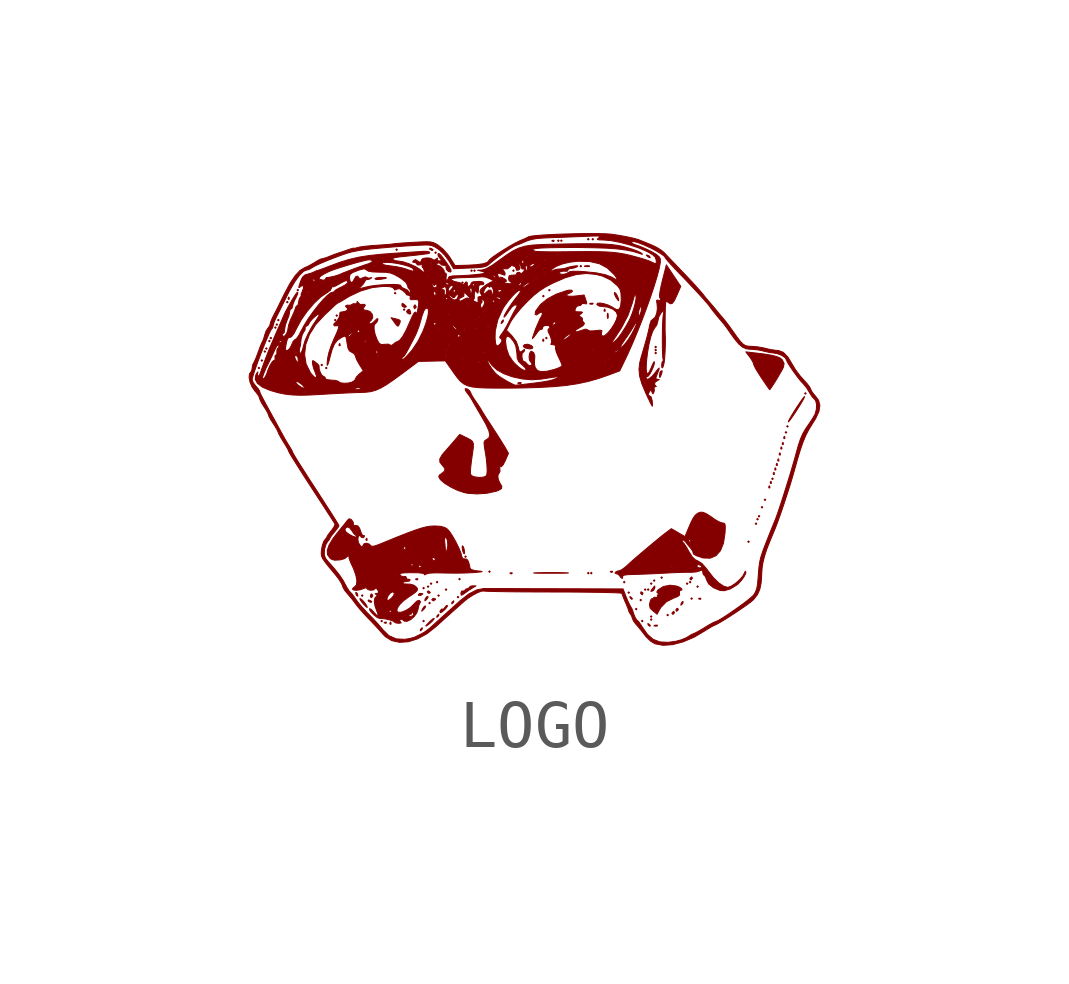
<source format=kicad_sym>
(kicad_symbol_lib
  (version 20220914)
  (generator bitmap2component)
  (symbol "LOGO"
    (pin_names
      (offset 1.016))
    (property "Reference" "#G"
      (at 0 3.734 0)
      (effects (font (size 1.27 1.27)) hide))
    (symbol "LOGO_0_0"
      (polyline (pts (xy 2.896 -4.283) (xy 3.115 -4.225) (xy 3.346 -4.127) (xy 3.578 -3.989) (xy 3.62 -3.962) (xy 3.712 -3.907) (xy 3.783 -3.873) (xy 3.823 -3.854) (xy 3.916 -3.801) (xy 4.037 -3.727) (xy 4.171 -3.64) (xy 4.306 -3.55) (xy 4.428 -3.466) (xy 4.524 -3.395) (xy 4.579 -3.348) (xy 4.588 -3.338) (xy 4.664 -3.24) (xy 4.713 -3.131) (xy 4.741 -2.996) (xy 4.753 -2.816) (xy 4.753 -2.797) (xy 4.762 -2.676) (xy 4.781 -2.559) (xy 4.813 -2.433) (xy 4.861 -2.288) (xy 4.931 -2.11) (xy 5.023 -1.888) (xy 5.031 -1.87) (xy 5.079 -1.745) (xy 5.139 -1.578) (xy 5.206 -1.383) (xy 5.274 -1.175) (xy 5.34 -0.97) (xy 5.397 -0.781) (xy 5.442 -0.624) (xy 5.491 -0.447) (xy 5.554 -0.236) (xy 5.612 -0.066) (xy 5.67 0.074) (xy 5.733 0.196) (xy 5.804 0.312) (xy 5.879 0.432) (xy 5.946 0.579) (xy 5.965 0.701) (xy 5.939 0.807) (xy 5.866 0.905) (xy 5.844 0.929) (xy 5.793 0.996) (xy 5.773 1.043) (xy 5.773 1.043) (xy 5.752 1.086) (xy 5.698 1.156) (xy 5.622 1.24) (xy 5.55 1.321) (xy 5.458 1.444) (xy 5.39 1.557) (xy 5.299 1.709) (xy 5.203 1.808) (xy 5.105 1.845) (xy 5.048 1.85) (xy 4.934 1.867) (xy 4.79 1.901) (xy 4.774 1.905) (xy 4.651 1.925) (xy 4.53 1.934) (xy 4.474 1.936) (xy 4.418 1.947) (xy 4.367 1.977) (xy 4.311 2.033) (xy 4.241 2.124) (xy 4.146 2.258) (xy 4.075 2.357) (xy 4.01 2.443) (xy 3.967 2.497) (xy 3.951 2.515) (xy 3.891 2.585) (xy 3.822 2.667) (xy 3.799 2.697) (xy 3.726 2.784) (xy 3.667 2.852) (xy 3.655 2.865) (xy 3.59 2.942) (xy 3.521 3.029) (xy 3.51 3.042) (xy 3.448 3.114) (xy 3.356 3.216) (xy 3.244 3.337) (xy 3.124 3.464) (xy 3.088 3.5) (xy 2.969 3.625) (xy 2.861 3.738) (xy 2.775 3.828) (xy 2.722 3.885) (xy 2.668 3.931) (xy 2.563 3.997) (xy 2.448 4.051) (xy 2.358 4.087) (xy 2.261 4.126) (xy 2.2 4.151) (xy 2.179 4.159) (xy 2.083 4.186) (xy 1.949 4.215) (xy 1.795 4.244) (xy 1.638 4.268) (xy 1.614 4.271) (xy 1.5 4.279) (xy 1.347 4.283) (xy 1.165 4.284) (xy 0.965 4.282) (xy 0.756 4.277) (xy 0.549 4.271) (xy 0.353 4.262) (xy 0.179 4.252) (xy 0.038 4.241) (xy -0.062 4.228) (xy -0.109 4.215) (xy -0.122 4.207) (xy -0.185 4.176) (xy -0.273 4.14) (xy -0.304 4.126) (xy -0.398 4.079) (xy -0.511 4.014) (xy -0.631 3.941) (xy -0.746 3.867) (xy -0.844 3.8) (xy -0.911 3.747) (xy -0.936 3.717) (xy -0.966 3.682) (xy -1.052 3.654) (xy -1.189 3.635) (xy -1.373 3.624) (xy -1.638 3.617) (xy -1.745 3.785) (xy -1.788 3.846) (xy -1.886 3.957) (xy -1.985 4.038) (xy -2.035 4.069) (xy -2.087 4.094) (xy -2.143 4.108) (xy -2.219 4.113) (xy -2.328 4.11) (xy -2.484 4.102) (xy -2.621 4.094) (xy -2.756 4.085) (xy -2.859 4.076) (xy -2.915 4.07) (xy -2.942 4.066) (xy -3.028 4.057) (xy -3.15 4.048) (xy -3.289 4.038) (xy -3.369 4.033) (xy -3.503 4.02) (xy -3.61 4.006) (xy -3.671 3.992) (xy -3.72 3.977) (xy -3.744 3.978) (xy -3.751 3.98) (xy -3.798 3.969) (xy -3.877 3.943) (xy -3.914 3.93) (xy -3.994 3.902) (xy -4.041 3.887) (xy -4.066 3.879) (xy -4.153 3.849) (xy -4.259 3.807) (xy -4.294 3.793) (xy -4.38 3.764) (xy -4.431 3.754) (xy -4.442 3.75) (xy -4.495 3.723) (xy -4.571 3.676) (xy -4.607 3.655) (xy -4.695 3.606) (xy -4.759 3.578) (xy -4.768 3.575) (xy -4.868 3.515) (xy -4.97 3.405) (xy -5.079 3.242) (xy -5.197 3.021) (xy -5.267 2.878) (xy -5.335 2.74) (xy -5.393 2.626) (xy -5.431 2.553) (xy -5.443 2.528) (xy -5.478 2.447) (xy -5.492 2.393) (xy -5.498 2.365) (xy -5.537 2.311) (xy -5.574 2.256) (xy -5.603 2.174) (xy -5.603 2.173) (xy -5.625 2.095) (xy -5.646 2.044) (xy -5.668 2.001) (xy -5.702 1.917) (xy -5.741 1.81) (xy -5.781 1.704) (xy -5.817 1.62) (xy -5.84 1.577) (xy -5.855 1.547) (xy -5.866 1.478) (xy -5.873 1.432) (xy -5.9 1.387) (xy -5.922 1.358) (xy -5.929 1.284) (xy -5.92 1.238) (xy -5.866 1.238) (xy -5.86 1.274) (xy -5.835 1.361) (xy -5.794 1.482) (xy -5.742 1.626) (xy -5.684 1.78) (xy -5.624 1.933) (xy -5.566 2.074) (xy -5.516 2.19) (xy -5.477 2.271) (xy -5.454 2.304) (xy -5.443 2.313) (xy -5.429 2.362) (xy -5.428 2.373) (xy -5.408 2.439) (xy -5.37 2.523) (xy -5.339 2.586) (xy -5.284 2.695) (xy -5.217 2.83) (xy -5.146 2.975) (xy -5.083 3.099) (xy -4.978 3.279) (xy -4.881 3.413) (xy -4.794 3.497) (xy -4.723 3.526) (xy -4.685 3.533) (xy -4.621 3.57) (xy -4.611 3.577) (xy -4.545 3.614) (xy -4.437 3.664) (xy -4.303 3.72) (xy -4.156 3.778) (xy -4.013 3.831) (xy -3.886 3.874) (xy -3.79 3.901) (xy -3.746 3.91) (xy -3.64 3.931) (xy -3.528 3.948) (xy -3.393 3.963) (xy -3.214 3.98) (xy -3.094 3.99) (xy -2.926 4.005) (xy -2.792 4.015) (xy -2.674 4.024) (xy -2.554 4.031) (xy -2.414 4.039) (xy -2.411 4.039) (xy -2.275 4.045) (xy -2.184 4.044) (xy -2.118 4.032) (xy -2.061 4.006) (xy -1.993 3.963) (xy -1.956 3.935) (xy -1.851 3.831) (xy -1.763 3.711) (xy -1.669 3.551) (xy -1.332 3.566) (xy -1.264 3.568) (xy -1.135 3.576) (xy -1.048 3.587) (xy -0.989 3.604) (xy -0.943 3.632) (xy -0.895 3.674) (xy -0.888 3.68) (xy -0.813 3.742) (xy -0.713 3.817) (xy -0.604 3.895) (xy -0.499 3.964) (xy -0.414 4.016) (xy -0.364 4.039) (xy -0.338 4.047) (xy -0.265 4.076) (xy -0.172 4.116) (xy -0.115 4.139) (xy -0.031 4.163) (xy 0.072 4.18) (xy 0.207 4.191) (xy 0.39 4.199) (xy 0.544 4.204) (xy 0.749 4.212) (xy 0.946 4.22) (xy 1.108 4.227) (xy 1.238 4.232) (xy 1.329 4.233) (xy 1.373 4.228) (xy 1.381 4.216) (xy 1.361 4.197) (xy 1.498 4.197) (xy 1.513 4.213) (xy 1.529 4.197) (xy 1.513 4.181) (xy 1.498 4.197) (xy 1.361 4.197) (xy 1.359 4.196) (xy 1.337 4.178) (xy 1.328 4.16) (xy 1.363 4.152) (xy 1.451 4.15) (xy 1.458 4.15) (xy 1.614 4.136) (xy 1.802 4.1) (xy 2.002 4.047) (xy 2.192 3.984) (xy 2.35 3.916) (xy 2.405 3.887) (xy 2.491 3.834) (xy 2.536 3.787) (xy 2.553 3.734) (xy 2.557 3.693) (xy 2.552 3.659) (xy 2.519 3.662) (xy 2.444 3.697) (xy 2.411 3.712) (xy 2.315 3.745) (xy 2.187 3.783) (xy 2.045 3.821) (xy 2.015 3.829) (xy 1.901 3.855) (xy 1.788 3.875) (xy 1.667 3.89) (xy 1.529 3.9) (xy 1.364 3.906) (xy 1.165 3.908) (xy 0.921 3.907) (xy 0.624 3.904) (xy 0.476 3.902) (xy 0.309 3.903) (xy 0.171 3.906) (xy 0.072 3.91) (xy 0.024 3.917) (xy 0.01 3.923) (xy -0.021 3.943) (xy -0.009 3.959) (xy 0.05 3.972) (xy 0.157 3.982) (xy 0.316 3.988) (xy 0.531 3.992) (xy 0.806 3.993) (xy 0.955 3.993) (xy 1.268 3.988) (xy 1.529 3.979) (xy 1.746 3.963) (xy 1.925 3.94) (xy 2.074 3.91) (xy 2.2 3.872) (xy 2.254 3.853) (xy 2.269 3.854) (xy 2.237 3.882) (xy 2.226 3.889) (xy 2.156 3.921) (xy 2.05 3.96) (xy 1.925 3.998) (xy 1.855 4.017) (xy 1.754 4.037) (xy 1.64 4.052) (xy 1.505 4.063) (xy 1.343 4.07) (xy 1.147 4.072) (xy 0.909 4.071) (xy 0.623 4.066) (xy 0.281 4.058) (xy 0.151 4.054) (xy -0.033 4.043) (xy -0.181 4.02) (xy -0.308 3.982) (xy -0.432 3.922) (xy -0.489 3.885) (xy -0.031 3.885) (xy -0.016 3.901) (xy 0 3.885) (xy -0.016 3.869) (xy -0.031 3.885) (xy -0.489 3.885) (xy -0.538 3.854) (xy 0.468 3.854) (xy 0.484 3.869) (xy 0.499 3.854) (xy 0.562 3.854) (xy 0.577 3.869) (xy 0.593 3.854) (xy 1.591 3.854) (xy 1.607 3.869) (xy 1.623 3.854) (xy 1.607 3.838) (xy 1.591 3.854) (xy 0.593 3.854) (xy 0.577 3.838) (xy 0.562 3.854) (xy 0.499 3.854) (xy 0.484 3.838) (xy 0.468 3.854) (xy -0.538 3.854) (xy -0.568 3.834) (xy -0.627 3.791) (xy -0.156 3.791) (xy -0.14 3.807) (xy -0.125 3.791) (xy -0.14 3.776) (xy -0.156 3.791) (xy -0.627 3.791) (xy -0.713 3.729) (xy 0.218 3.729) (xy 0.234 3.744) (xy 0.25 3.729) (xy 0.234 3.713) (xy 0.218 3.729) (xy -0.713 3.729) (xy -0.733 3.714) (xy -0.754 3.7) (xy -0.25 3.7) (xy -0.245 3.722) (xy -0.218 3.729) (xy -0.208 3.72) (xy -0.204 3.68) (xy -0.212 3.668) (xy -0.239 3.654) (xy -0.25 3.7) (xy -0.754 3.7) (xy -0.868 3.619) (xy -0.992 3.549) (xy -1.077 3.523) (xy -1.17 3.519) (xy -1.077 3.496) (xy -1.063 3.493) (xy -1.016 3.473) (xy -1.03 3.455) (xy -1.048 3.45) (xy -1.103 3.441) (xy -0.755 3.441) (xy -0.727 3.459) (xy -0.657 3.433) (xy -0.651 3.43) (xy -0.605 3.415) (xy -0.593 3.441) (xy -0.598 3.467) (xy -0.632 3.524) (xy -0.642 3.536) (xy -0.647 3.556) (xy -0.6 3.549) (xy -0.544 3.549) (xy -0.483 3.598) (xy -0.451 3.633) (xy -0.437 3.625) (xy -0.434 3.609) (xy -0.408 3.603) (xy -0.389 3.601) (xy -0.376 3.573) (xy -0.343 3.573) (xy -0.328 3.588) (xy -0.312 3.573) (xy -0.328 3.557) (xy -0.343 3.573) (xy -0.376 3.573) (xy -0.369 3.558) (xy -0.352 3.517) (xy -0.312 3.526) (xy -0.294 3.539) (xy -0.282 3.571) (xy -0.309 3.627) (xy -0.332 3.664) (xy -0.335 3.68) (xy -0.301 3.655) (xy -0.272 3.622) (xy -0.257 3.585) (xy -0.176 3.585) (xy -0.166 3.62) (xy -0.144 3.613) (xy -0.086 3.613) (xy -0.032 3.651) (xy -0.018 3.658) (xy 0.016 3.667) (xy 0.012 3.636) (xy -0.002 3.614) (xy -0.05 3.588) (xy 0.062 3.588) (xy 0.065 3.605) (xy 0.083 3.609) (xy 0.087 3.605) (xy 0.083 3.568) (xy 0.074 3.563) (xy 0.062 3.588) (xy -0.05 3.588) (xy -0.082 3.592) (xy -0.086 3.613) (xy -0.144 3.613) (xy -0.138 3.612) (xy -0.13 3.593) (xy -0.131 3.542) (xy 0.125 3.542) (xy 0.14 3.557) (xy 0.187 3.557) (xy 0.19 3.574) (xy 0.208 3.578) (xy 0.212 3.574) (xy 0.208 3.536) (xy 0.199 3.532) (xy 0.187 3.557) (xy 0.14 3.557) (xy 0.156 3.542) (xy 0.14 3.526) (xy 0.125 3.542) (xy -0.131 3.542) (xy -0.131 3.536) (xy -0.136 3.514) (xy -0.146 3.497) (xy -0.166 3.538) (xy -0.176 3.585) (xy -0.257 3.585) (xy -0.25 3.567) (xy -0.246 3.548) (xy -0.218 3.542) (xy -0.206 3.548) (xy -0.188 3.54) (xy -0.198 3.505) (xy -0.234 3.464) (xy 0.218 3.464) (xy 0.221 3.48) (xy 0.239 3.484) (xy 0.243 3.48) (xy 0.241 3.465) (xy 0.346 3.465) (xy 0.35 3.495) (xy 0.389 3.549) (xy 0.48 3.605) (xy 0.607 3.653) (xy 0.759 3.688) (xy 0.922 3.707) (xy 0.924 3.707) (xy 1.168 3.701) (xy 1.37 3.655) (xy 1.538 3.564) (xy 1.626 3.479) (xy 2.34 3.479) (xy 2.356 3.495) (xy 2.372 3.479) (xy 2.356 3.464) (xy 2.34 3.479) (xy 1.626 3.479) (xy 1.681 3.426) (xy 1.713 3.384) (xy 1.739 3.333) (xy 1.724 3.321) (xy 1.667 3.352) (xy 1.627 3.376) (xy 1.491 3.427) (xy 1.303 3.465) (xy 1.057 3.49) (xy 0.953 3.496) (xy 0.833 3.498) (xy 0.758 3.49) (xy 0.72 3.471) (xy 0.679 3.446) (xy 0.614 3.434) (xy 0.556 3.439) (xy 0.53 3.464) (xy 0.556 3.487) (xy 0.619 3.501) (xy 0.694 3.498) (xy 0.7 3.499) (xy 0.718 3.526) (xy 0.733 3.546) (xy 0.788 3.558) (xy 0.836 3.564) (xy 0.905 3.591) (xy 0.92 3.606) (xy 0.901 3.613) (xy 0.827 3.604) (xy 0.802 3.599) (xy 0.722 3.582) (xy 0.675 3.566) (xy 0.668 3.563) (xy 0.61 3.551) (xy 0.525 3.543) (xy 0.502 3.542) (xy 0.419 3.523) (xy 0.37 3.493) (xy 0.367 3.488) (xy 0.346 3.465) (xy 0.241 3.465) (xy 0.239 3.443) (xy 0.23 3.438) (xy 0.218 3.464) (xy -0.234 3.464) (xy -0.264 3.444) (xy -0.281 3.459) (xy -0.287 3.474) (xy -0.328 3.475) (xy -0.349 3.463) (xy -0.36 3.434) (xy -0.376 3.42) (xy -0.434 3.417) (xy -0.465 3.417) (xy -0.511 3.402) (xy -0.522 3.354) (xy -0.468 3.354) (xy -0.453 3.37) (xy -0.437 3.354) (xy 0.031 3.354) (xy 0.047 3.37) (xy 0.062 3.354) (xy 0.047 3.339) (xy 0.031 3.354) (xy -0.437 3.354) (xy -0.453 3.339) (xy -0.468 3.354) (xy -0.522 3.354) (xy -0.523 3.351) (xy -0.517 3.323) (xy -0.25 3.323) (xy -0.234 3.339) (xy -0.218 3.323) (xy -0.031 3.323) (xy -0.016 3.339) (xy 0 3.323) (xy -0.016 3.308) (xy -0.031 3.323) (xy -0.218 3.323) (xy -0.234 3.308) (xy -0.25 3.323) (xy -0.517 3.323) (xy -0.513 3.305) (xy -0.472 3.269) (xy -0.449 3.261) (xy -0.453 3.242) (xy -0.501 3.237) (xy -0.577 3.247) (xy -0.588 3.25) (xy -0.629 3.265) (xy -0.616 3.273) (xy -0.568 3.288) (xy -0.575 3.319) (xy -0.637 3.358) (xy -0.668 3.372) (xy -0.7 3.375) (xy -0.697 3.342) (xy -0.696 3.339) (xy -0.701 3.331) (xy -0.729 3.37) (xy -0.736 3.382) (xy -0.755 3.441) (xy -1.103 3.441) (xy -1.126 3.437) (xy -1.243 3.425) (xy -1.361 3.415) (xy -0.861 3.415) (xy -0.829 3.413) (xy -0.805 3.402) (xy -0.78 3.382) (xy -0.789 3.371) (xy -0.825 3.375) (xy -0.858 3.401) (xy -0.861 3.415) (xy -1.361 3.415) (xy -1.379 3.414) (xy -1.52 3.406) (xy -1.646 3.402) (xy -1.692 3.401) (xy -1.759 3.386) (xy -1.779 3.354) (xy -1.782 3.333) (xy -1.791 3.325) (xy -1.716 3.325) (xy -1.711 3.342) (xy -1.669 3.353) (xy -1.583 3.361) (xy -1.442 3.366) (xy -1.367 3.368) (xy -1.236 3.373) (xy -1.134 3.378) (xy -1.077 3.383) (xy -1.076 3.383) (xy -1.004 3.376) (xy -0.921 3.346) (xy -0.877 3.323) (xy -0.811 3.323) (xy -0.796 3.339) (xy -0.78 3.323) (xy -0.796 3.308) (xy -0.811 3.323) (xy -0.877 3.323) (xy -0.827 3.298) (xy -0.905 3.264) (xy -0.981 3.221) (xy -1.01 3.198) (xy -0.78 3.198) (xy -0.764 3.214) (xy -0.761 3.21) (xy -0.312 3.21) (xy -0.311 3.22) (xy -0.281 3.261) (xy -0.269 3.266) (xy -0.25 3.249) (xy -0.251 3.24) (xy -0.281 3.198) (xy -0.293 3.193) (xy -0.312 3.21) (xy -0.761 3.21) (xy -0.749 3.198) (xy -0.764 3.183) (xy -0.78 3.198) (xy -1.01 3.198) (xy -1.061 3.16) (xy -1.102 3.118) (xy -1.12 3.075) (xy -1.101 3.031) (xy -1.044 3.031) (xy -1.042 3.072) (xy -1.012 3.135) (xy -1.012 3.135) (xy -0.966 3.188) (xy -0.935 3.181) (xy -0.918 3.161) (xy -0.9 3.183) (xy -0.881 3.188) (xy -0.867 3.167) (xy -0.718 3.167) (xy -0.702 3.183) (xy -0.686 3.167) (xy -0.7 3.153) (xy -0.237 3.153) (xy -0.232 3.173) (xy -0.187 3.214) (xy -0.186 3.215) (xy -0.123 3.257) (xy -0.078 3.275) (xy -0.075 3.275) (xy -0.081 3.255) (xy -0.125 3.214) (xy -0.126 3.213) (xy -0.19 3.171) (xy -0.234 3.153) (xy -0.237 3.153) (xy -0.7 3.153) (xy -0.702 3.152) (xy -0.718 3.167) (xy -0.867 3.167) (xy -0.852 3.144) (xy -0.836 3.09) (xy -0.836 3.089) (xy -0.749 3.089) (xy -0.743 3.104) (xy -0.7 3.12) (xy -0.678 3.116) (xy -0.671 3.089) (xy -0.677 3.081) (xy -0.72 3.058) (xy -0.727 3.059) (xy -0.749 3.089) (xy -0.836 3.089) (xy -0.845 3.024) (xy -0.849 3.018) (xy -0.868 3.006) (xy -0.873 3.05) (xy -0.89 3.103) (xy -0.933 3.106) (xy -0.988 3.058) (xy -1.021 3.027) (xy -0.936 3.027) (xy -0.934 3.043) (xy -0.915 3.048) (xy -0.912 3.043) (xy -0.915 3.006) (xy -0.925 3.001) (xy -0.936 3.027) (xy -1.021 3.027) (xy -1.044 3.031) (xy -1.101 3.031) (xy -1.098 3.025) (xy -1.083 3) (xy -1.077 2.97) (xy -1.114 2.97) (xy -1.115 2.971) (xy -1.156 2.962) (xy -1.156 2.958) (xy -0.805 2.958) (xy -0.757 2.962) (xy -0.713 2.957) (xy -0.686 2.933) (xy -0.687 2.926) (xy -0.694 2.904) (xy -0.712 2.911) (xy -0.764 2.933) (xy -0.794 2.946) (xy -0.805 2.958) (xy -1.156 2.958) (xy -1.157 2.954) (xy -0.988 2.954) (xy -0.984 2.958) (xy -0.947 2.954) (xy -0.942 2.945) (xy -0.967 2.933) (xy -0.984 2.935) (xy -0.988 2.954) (xy -1.157 2.954) (xy -1.16 2.91) (xy -1.156 2.866) (xy -1.16 2.842) (xy -1.175 2.846) (xy -1.224 2.866) (xy -1.26 2.888) (xy -1.26 2.9) (xy -1.238 2.927) (xy -1.236 2.996) (xy -1.238 3.019) (xy -1.228 3.076) (xy -1.204 3.089) (xy -1.175 3.05) (xy -1.163 3.042) (xy -1.153 3.081) (xy -1.149 3.129) (xy -1.142 3.191) (xy -1.13 3.211) (xy -1.08 3.22) (xy -1.047 3.22) (xy -1.036 3.25) (xy -1.058 3.273) (xy -1.118 3.287) (xy -1.162 3.284) (xy -1.248 3.28) (xy -1.284 3.269) (xy -1.29 3.261) (xy -1.186 3.261) (xy -1.17 3.276) (xy -1.155 3.261) (xy -1.17 3.245) (xy -1.186 3.261) (xy -1.29 3.261) (xy -1.311 3.23) (xy -1.314 3.214) (xy -1.279 3.214) (xy -1.278 3.223) (xy -1.246 3.245) (xy -1.235 3.243) (xy -1.233 3.214) (xy -1.239 3.205) (xy -1.266 3.183) (xy -1.269 3.184) (xy -1.279 3.214) (xy -1.314 3.214) (xy -1.316 3.208) (xy -1.356 3.183) (xy -1.379 3.189) (xy -1.384 3.23) (xy -1.38 3.254) (xy -1.398 3.276) (xy -1.411 3.274) (xy -1.444 3.237) (xy -1.463 3.214) (xy -1.5 3.237) (xy -1.535 3.259) (xy -1.609 3.276) (xy -1.654 3.284) (xy -1.711 3.317) (xy -1.716 3.325) (xy -1.791 3.325) (xy -1.81 3.308) (xy -1.827 3.326) (xy -1.823 3.386) (xy -1.817 3.44) (xy -1.843 3.464) (xy -1.858 3.465) (xy -1.864 3.482) (xy -1.864 3.509) (xy -1.895 3.556) (xy -1.943 3.6) (xy -1.988 3.62) (xy -2.003 3.622) (xy -2.028 3.646) (xy -2.023 3.658) (xy -1.981 3.672) (xy -1.96 3.669) (xy -1.935 3.646) (xy -1.921 3.63) (xy -1.867 3.62) (xy -1.829 3.615) (xy -1.819 3.6) (xy -1.828 3.582) (xy -1.815 3.534) (xy -1.777 3.493) (xy -1.733 3.483) (xy -1.724 3.489) (xy -1.721 3.521) (xy -1.752 3.583) (xy -1.82 3.684) (xy -1.827 3.694) (xy -1.893 3.782) (xy -1.945 3.844) (xy -1.974 3.869) (xy -1.994 3.858) (xy -1.989 3.818) (xy -1.948 3.762) (xy -1.929 3.742) (xy -1.92 3.718) (xy -1.966 3.713) (xy -2.007 3.721) (xy -2.009 3.752) (xy -2.008 3.754) (xy -2.001 3.774) (xy -2.035 3.751) (xy -2.069 3.73) (xy -2.105 3.743) (xy -2.12 3.757) (xy -2.179 3.775) (xy -2.252 3.775) (xy -2.314 3.759) (xy -2.34 3.729) (xy -2.184 3.729) (xy -2.169 3.744) (xy -2.153 3.729) (xy -2.169 3.713) (xy -2.184 3.729) (xy -2.34 3.729) (xy -2.344 3.702) (xy -2.374 3.684) (xy -2.428 3.72) (xy -2.46 3.741) (xy -2.503 3.72) (xy -2.521 3.691) (xy -2.487 3.682) (xy -2.459 3.677) (xy -2.45 3.667) (xy -2.153 3.667) (xy -2.138 3.682) (xy -2.122 3.667) (xy -2.138 3.651) (xy -2.153 3.667) (xy -2.45 3.667) (xy -2.434 3.647) (xy -2.415 3.628) (xy -2.348 3.633) (xy -2.341 3.634) (xy -2.294 3.64) (xy -2.305 3.624) (xy -2.327 3.603) (xy -2.313 3.575) (xy -2.151 3.575) (xy -2.146 3.606) (xy -2.132 3.594) (xy -2.127 3.576) (xy -2.132 3.547) (xy -1.987 3.547) (xy -1.982 3.551) (xy -1.945 3.547) (xy -1.94 3.538) (xy -1.966 3.526) (xy -1.982 3.528) (xy -1.987 3.547) (xy -2.132 3.547) (xy -2.134 3.534) (xy -2.145 3.535) (xy -2.151 3.575) (xy -2.313 3.575) (xy -2.312 3.575) (xy -2.297 3.56) (xy -2.28 3.51) (xy -2.247 3.51) (xy -2.231 3.526) (xy -2.216 3.51) (xy -2.231 3.495) (xy -2.247 3.51) (xy -2.28 3.51) (xy -2.278 3.503) (xy -2.28 3.482) (xy -2.301 3.48) (xy -2.352 3.522) (xy -2.365 3.534) (xy -2.465 3.597) (xy -2.595 3.654) (xy -2.729 3.697) (xy -2.84 3.713) (xy -2.88 3.718) (xy -2.926 3.738) (xy -2.937 3.763) (xy -2.902 3.78) (xy -2.899 3.78) (xy -2.847 3.789) (xy -2.839 3.791) (xy -2.781 3.798) (xy -2.682 3.809) (xy -2.559 3.822) (xy -2.512 3.827) (xy -2.396 3.84) (xy -2.31 3.85) (xy -2.27 3.856) (xy -2.256 3.858) (xy -2.198 3.865) (xy -2.176 3.871) (xy -2.165 3.895) (xy -2.167 3.897) (xy -2.209 3.911) (xy -2.284 3.914) (xy -2.339 3.91) (xy -2.449 3.903) (xy -2.598 3.893) (xy -2.773 3.881) (xy -2.964 3.869) (xy -3.159 3.854) (xy -3.418 3.827) (xy -3.642 3.792) (xy -3.847 3.744) (xy -4.051 3.681) (xy -4.269 3.599) (xy -4.372 3.559) (xy -4.458 3.528) (xy -4.504 3.514) (xy -4.524 3.509) (xy -4.584 3.481) (xy -4.638 3.458) (xy -4.72 3.435) (xy -4.761 3.423) (xy -4.814 3.379) (xy -4.829 3.348) (xy -4.473 3.348) (xy -4.449 3.388) (xy -4.375 3.438) (xy -4.257 3.496) (xy -4.157 3.534) (xy -4.018 3.58) (xy -3.858 3.629) (xy -3.699 3.675) (xy -3.559 3.712) (xy -3.459 3.734) (xy -3.404 3.737) (xy -3.361 3.72) (xy -3.371 3.688) (xy -3.43 3.659) (xy -3.162 3.659) (xy -3.135 3.676) (xy -3.059 3.684) (xy -2.952 3.677) (xy -2.829 3.659) (xy -2.707 3.631) (xy -2.6 3.599) (xy -2.525 3.563) (xy -2.496 3.528) (xy -2.5 3.507) (xy -2.521 3.501) (xy -2.572 3.514) (xy -2.668 3.547) (xy -2.733 3.566) (xy -2.858 3.593) (xy -2.987 3.61) (xy -3.075 3.622) (xy -3.145 3.64) (xy -3.162 3.659) (xy -3.43 3.659) (xy -3.439 3.655) (xy -3.491 3.639) (xy -3.592 3.604) (xy -3.339 3.604) (xy -3.323 3.62) (xy -3.308 3.604) (xy -3.323 3.588) (xy -3.339 3.604) (xy -3.592 3.604) (xy -3.605 3.6) (xy -3.736 3.553) (xy -3.865 3.504) (xy -3.973 3.462) (xy -4.041 3.432) (xy -4.093 3.412) (xy -4.181 3.388) (xy -4.235 3.378) (xy -4.275 3.369) (xy -4.314 3.366) (xy -4.32 3.366) (xy -4.32 3.366) (xy -3.838 3.366) (xy -3.837 3.393) (xy -3.82 3.437) (xy -3.772 3.471) (xy -3.677 3.509) (xy -3.636 3.524) (xy -3.556 3.546) (xy -3.511 3.546) (xy -3.482 3.523) (xy -3.443 3.499) (xy -3.355 3.484) (xy -3.213 3.479) (xy -3.204 3.479) (xy -3.077 3.476) (xy -2.986 3.462) (xy -2.95 3.448) (xy -2.091 3.448) (xy -2.075 3.464) (xy -2.059 3.448) (xy -2.075 3.432) (xy -2.091 3.448) (xy -2.95 3.448) (xy -2.904 3.43) (xy -2.88 3.417) (xy -2.216 3.417) (xy -2.2 3.432) (xy -2.187 3.419) (xy -1.932 3.419) (xy -1.927 3.45) (xy -1.913 3.438) (xy -1.908 3.42) (xy -1.916 3.378) (xy -1.926 3.379) (xy -1.932 3.419) (xy -2.187 3.419) (xy -2.184 3.417) (xy -2.2 3.401) (xy -2.216 3.417) (xy -2.88 3.417) (xy -2.824 3.386) (xy -1.997 3.386) (xy -1.981 3.401) (xy -1.966 3.386) (xy -1.981 3.37) (xy -1.997 3.386) (xy -2.824 3.386) (xy -2.806 3.375) (xy -2.754 3.342) (xy -2.663 3.267) (xy -2.649 3.243) (xy -2.12 3.243) (xy -2.119 3.246) (xy -2.111 3.267) (xy -2.099 3.244) (xy -1.841 3.244) (xy -1.834 3.257) (xy -1.794 3.256) (xy -1.772 3.246) (xy -1.747 3.226) (xy -1.753 3.221) (xy -1.794 3.214) (xy -1.816 3.217) (xy -1.841 3.244) (xy -2.099 3.244) (xy -2.091 3.23) (xy -2.073 3.199) (xy -2.062 3.208) (xy -2.057 3.224) (xy -2.028 3.229) (xy -2.018 3.221) (xy -2.014 3.181) (xy -2.023 3.169) (xy -2.066 3.152) (xy -2.105 3.18) (xy -2.12 3.243) (xy -2.649 3.243) (xy -2.629 3.206) (xy -2.62 3.166) (xy -2.593 3.127) (xy -1.933 3.127) (xy -1.903 3.152) (xy -1.902 3.153) (xy -1.851 3.178) (xy -1.826 3.16) (xy -1.82 3.117) (xy -1.779 3.117) (xy -1.776 3.134) (xy -1.749 3.18) (xy -1.708 3.204) (xy -1.696 3.198) (xy -1.623 3.198) (xy -1.607 3.214) (xy -1.591 3.198) (xy -1.607 3.183) (xy -1.623 3.198) (xy -1.696 3.198) (xy -1.675 3.189) (xy -1.682 3.161) (xy -1.709 3.128) (xy -1.516 3.128) (xy -1.504 3.142) (xy -1.486 3.147) (xy -1.444 3.139) (xy -1.444 3.129) (xy -1.485 3.123) (xy -1.516 3.128) (xy -1.709 3.128) (xy -1.721 3.113) (xy -1.747 3.089) (xy -1.685 3.089) (xy -1.684 3.097) (xy -1.654 3.12) (xy -1.646 3.119) (xy -1.635 3.105) (xy -1.591 3.105) (xy -1.576 3.12) (xy -1.573 3.117) (xy -1.331 3.117) (xy -1.321 3.152) (xy -1.292 3.144) (xy -1.284 3.125) (xy -1.285 3.068) (xy -1.29 3.046) (xy -1.301 3.029) (xy -1.32 3.07) (xy -1.331 3.117) (xy -1.573 3.117) (xy -1.56 3.105) (xy -1.576 3.089) (xy -1.591 3.105) (xy -1.635 3.105) (xy -1.623 3.089) (xy -1.623 3.082) (xy -1.654 3.058) (xy -1.661 3.059) (xy -1.685 3.089) (xy -1.747 3.089) (xy -1.753 3.083) (xy -1.775 3.077) (xy -1.779 3.117) (xy -1.82 3.117) (xy -1.816 3.089) (xy -1.821 3.023) (xy -1.833 3.009) (xy -1.776 3.009) (xy -1.766 3.017) (xy -1.758 3.011) (xy -1.685 3.011) (xy -1.669 3.027) (xy -1.654 3.011) (xy -1.669 2.996) (xy -1.685 3.011) (xy -1.758 3.011) (xy -1.719 2.982) (xy -1.686 2.954) (xy -1.655 2.947) (xy -1.628 2.985) (xy -1.593 3.022) (xy -1.57 3.011) (xy -1.577 2.956) (xy -1.603 2.913) (xy -1.631 2.905) (xy -1.56 2.905) (xy -1.548 2.928) (xy -1.497 2.956) (xy -1.455 2.978) (xy -1.452 3.032) (xy -1.458 3.06) (xy -1.442 3.058) (xy -1.425 3.042) (xy -1.373 3.042) (xy -1.357 3.058) (xy -1.342 3.042) (xy -1.357 3.027) (xy -1.373 3.042) (xy -1.425 3.042) (xy -1.391 3.011) (xy -1.344 2.96) (xy -1.314 2.918) (xy -1.314 2.904) (xy -1.35 2.927) (xy -1.386 2.942) (xy -1.449 2.915) (xy -1.486 2.89) (xy -1.541 2.873) (xy -1.56 2.905) (xy -1.631 2.905) (xy -1.658 2.897) (xy -1.724 2.938) (xy -1.749 2.967) (xy -1.776 3.009) (xy -1.833 3.009) (xy -1.844 2.996) (xy -1.862 3.008) (xy -1.863 3.058) (xy -1.861 3.102) (xy -1.899 3.121) (xy -1.906 3.121) (xy -1.933 3.127) (xy -2.593 3.127) (xy -2.588 3.119) (xy -2.574 3.107) (xy -2.565 3.055) (xy -2.572 3.044) (xy -2.091 3.044) (xy -2.086 3.067) (xy -2.059 3.074) (xy -2.051 3.067) (xy -2.028 3.025) (xy -2.029 3.018) (xy -2.059 2.996) (xy -2.074 3.002) (xy -2.091 3.044) (xy -2.572 3.044) (xy -2.579 3.035) (xy -2.599 3.066) (xy -2.631 3.106) (xy -2.7 3.139) (xy -2.751 3.163) (xy -2.767 3.196) (xy -2.77 3.204) (xy -2.815 3.217) (xy -2.902 3.223) (xy -3.019 3.222) (xy -3.151 3.216) (xy -3.286 3.204) (xy -3.41 3.187) (xy -3.51 3.165) (xy -3.586 3.145) (xy -3.633 3.135) (xy -3.636 3.146) (xy -3.603 3.176) (xy -3.557 3.223) (xy -3.517 3.286) (xy -3.5 3.316) (xy -3.47 3.327) (xy -3.451 3.324) (xy -3.4 3.344) (xy -3.395 3.347) (xy -3.374 3.367) (xy -3.408 3.359) (xy -3.439 3.354) (xy -3.48 3.371) (xy -3.504 3.382) (xy -3.563 3.362) (xy -3.571 3.357) (xy -3.619 3.339) (xy -3.642 3.362) (xy -3.669 3.398) (xy -3.707 3.386) (xy -3.745 3.321) (xy -3.761 3.288) (xy -3.797 3.261) (xy -3.826 3.289) (xy -3.838 3.366) (xy -4.32 3.366) (xy -4.337 3.339) (xy -4.341 3.326) (xy -4.381 3.311) (xy -4.454 3.328) (xy -4.473 3.348) (xy -4.829 3.348) (xy -4.842 3.32) (xy -4.607 3.32) (xy -4.589 3.339) (xy -4.58 3.338) (xy -4.556 3.308) (xy -4.556 3.301) (xy -4.569 3.276) (xy -4.574 3.278) (xy -4.603 3.308) (xy -4.607 3.32) (xy -4.842 3.32) (xy -4.855 3.292) (xy -4.884 3.205) (xy -4.895 3.162) (xy -4.885 3.157) (xy -4.855 3.18) (xy -4.834 3.195) (xy -4.8 3.195) (xy -4.796 3.167) (xy -4.525 3.167) (xy -4.509 3.183) (xy -4.493 3.167) (xy -4.509 3.152) (xy -4.525 3.167) (xy -4.796 3.167) (xy -4.794 3.152) (xy -4.821 3.079) (xy -4.821 3.079) (xy -4.733 3.079) (xy -4.728 3.083) (xy -4.691 3.079) (xy -4.686 3.069) (xy -4.712 3.058) (xy -4.728 3.06) (xy -4.733 3.079) (xy -4.821 3.079) (xy -4.822 3.076) (xy -4.846 3.019) (xy -4.845 3.011) (xy -4.712 3.011) (xy -4.696 3.027) (xy -4.681 3.011) (xy -4.696 2.996) (xy -4.712 3.011) (xy -4.845 3.011) (xy -4.844 2.996) (xy -4.839 2.99) (xy -4.862 2.958) (xy -4.884 2.922) (xy -4.899 2.849) (xy -4.906 2.804) (xy -4.93 2.777) (xy -4.942 2.774) (xy -4.962 2.738) (xy -4.969 2.71) (xy -4.997 2.636) (xy -5.04 2.543) (xy -5.069 2.48) (xy -5.104 2.381) (xy -5.118 2.309) (xy -5.127 2.253) (xy -5.155 2.188) (xy -5.191 2.145) (xy -5.222 2.143) (xy -5.237 2.167) (xy -5.24 2.2) (xy -5.217 2.204) (xy -5.215 2.203) (xy -5.198 2.224) (xy -5.189 2.288) (xy -5.173 2.382) (xy -5.136 2.481) (xy -5.101 2.567) (xy -5.086 2.644) (xy -5.08 2.688) (xy -5.055 2.715) (xy -5.04 2.72) (xy -5.024 2.762) (xy -5.016 2.806) (xy -4.988 2.879) (xy -4.947 2.959) (xy -4.919 3.022) (xy -4.913 3.051) (xy -4.926 3.058) (xy -4.93 3.056) (xy -4.96 3.018) (xy -5.008 2.944) (xy -5.065 2.848) (xy -5.123 2.744) (xy -5.174 2.648) (xy -5.208 2.574) (xy -5.221 2.543) (xy -5.253 2.469) (xy -5.296 2.372) (xy -5.328 2.299) (xy -5.379 2.182) (xy -5.418 2.091) (xy -5.423 2.08) (xy -5.445 2.028) (xy -5.305 2.028) (xy -5.303 2.037) (xy -5.272 2.059) (xy -5.26 2.057) (xy -5.258 2.028) (xy -5.264 2.019) (xy -5.291 1.997) (xy -5.294 1.998) (xy -5.305 2.028) (xy -5.445 2.028) (xy -5.461 1.99) (xy -5.492 1.919) (xy -5.504 1.891) (xy -5.542 1.795) (xy -5.587 1.676) (xy -5.633 1.554) (xy -5.671 1.448) (xy -5.693 1.381) (xy -5.713 1.337) (xy -5.743 1.311) (xy -5.755 1.32) (xy -5.753 1.365) (xy -5.75 1.374) (xy -5.746 1.401) (xy -5.769 1.373) (xy -5.79 1.337) (xy -5.801 1.251) (xy -5.652 1.251) (xy -5.65 1.29) (xy -5.623 1.371) (xy -5.576 1.48) (xy -5.513 1.607) (xy -5.502 1.628) (xy -5.455 1.727) (xy -5.407 1.832) (xy -5.389 1.872) (xy -5.353 1.938) (xy -5.328 1.965) (xy -5.312 1.959) (xy -5.308 1.925) (xy -5.334 1.889) (xy -5.341 1.878) (xy -5.172 1.878) (xy -5.162 1.955) (xy -5.15 2.016) (xy -5.131 2.085) (xy -5.107 2.115) (xy -5.068 2.122) (xy -5.041 2.139) (xy -4.995 2.2) (xy -4.948 2.291) (xy -4.944 2.301) (xy -4.846 2.482) (xy -4.72 2.662) (xy -4.579 2.828) (xy -4.434 2.964) (xy -4.298 3.056) (xy -4.238 3.1) (xy -4.213 3.147) (xy -4.21 3.167) (xy -4.194 3.174) (xy -4.182 3.172) (xy -4.129 3.19) (xy -4.054 3.231) (xy -4.019 3.253) (xy -3.932 3.297) (xy -3.884 3.302) (xy -3.87 3.269) (xy -3.878 3.252) (xy -3.929 3.211) (xy -4.01 3.168) (xy -4.058 3.146) (xy -4.124 3.108) (xy -4.143 3.089) (xy -3.932 3.089) (xy -3.929 3.106) (xy -3.911 3.11) (xy -3.907 3.105) (xy -3.911 3.068) (xy -3.92 3.063) (xy -3.932 3.089) (xy -4.143 3.089) (xy -4.15 3.082) (xy -4.155 3.071) (xy -4.197 3.058) (xy -4.227 3.049) (xy -4.298 2.996) (xy -4.388 2.906) (xy -4.49 2.788) (xy -4.595 2.653) (xy -4.696 2.51) (xy -4.784 2.369) (xy -4.853 2.239) (xy -4.889 2.169) (xy -4.935 2.101) (xy -4.968 2.075) (xy -4.975 2.074) (xy -5.011 2.037) (xy -5.043 1.966) (xy -5.048 1.951) (xy -5.088 1.881) (xy -5.129 1.848) (xy -4.883 1.848) (xy -4.877 1.893) (xy -4.869 1.919) (xy -4.866 1.924) (xy -4.858 1.972) (xy -4.849 2.054) (xy -4.846 2.084) (xy -4.822 2.176) (xy -4.79 2.236) (xy -4.765 2.27) (xy -4.76 2.312) (xy -4.762 2.33) (xy -4.729 2.36) (xy -4.705 2.372) (xy -4.681 2.407) (xy -4.681 2.408) (xy -4.66 2.447) (xy -4.612 2.503) (xy -4.552 2.558) (xy -4.499 2.599) (xy -4.469 2.607) (xy -4.467 2.603) (xy -4.48 2.56) (xy -4.52 2.495) (xy -4.523 2.492) (xy -4.616 2.35) (xy -4.7 2.195) (xy -4.765 2.048) (xy -4.8 1.929) (xy -4.81 1.883) (xy -4.835 1.818) (xy -4.862 1.785) (xy -4.881 1.792) (xy -4.883 1.848) (xy -5.129 1.848) (xy -5.131 1.846) (xy -5.162 1.847) (xy -5.172 1.878) (xy -5.341 1.878) (xy -5.348 1.868) (xy -5.351 1.809) (xy -5.351 1.799) (xy -4.982 1.799) (xy -4.978 1.803) (xy -4.941 1.799) (xy -4.936 1.79) (xy -4.961 1.779) (xy -4.978 1.781) (xy -4.982 1.799) (xy -5.351 1.799) (xy -5.351 1.773) (xy -5.359 1.763) (xy -4.773 1.763) (xy -4.75 1.968) (xy -4.673 2.177) (xy -4.545 2.382) (xy -4.365 2.579) (xy -4.315 2.626) (xy -4.228 2.707) (xy -4.163 2.769) (xy -4.16 2.773) (xy -4.106 2.82) (xy -4.074 2.84) (xy -4.047 2.852) (xy -3.982 2.889) (xy -3.893 2.944) (xy -3.84 2.976) (xy -3.606 3.086) (xy -3.362 3.158) (xy -3.129 3.183) (xy -3.125 3.183) (xy -3.008 3.178) (xy -2.942 3.163) (xy -2.913 3.135) (xy -2.893 3.107) (xy -2.853 3.122) (xy -2.847 3.127) (xy -2.8 3.136) (xy -2.733 3.1) (xy -2.732 3.099) (xy -2.677 3.052) (xy -2.653 3.019) (xy -2.649 3.011) (xy -2.309 3.011) (xy -2.293 3.027) (xy -2.278 3.011) (xy -2.293 2.996) (xy -2.309 3.011) (xy -2.649 3.011) (xy -2.646 3.008) (xy -2.602 2.996) (xy -2.574 2.988) (xy -2.571 2.946) (xy -2.574 2.935) (xy -1.841 2.935) (xy -1.839 2.946) (xy -1.81 2.949) (xy -1.8 2.942) (xy -1.779 2.916) (xy -1.779 2.913) (xy -1.81 2.902) (xy -1.818 2.903) (xy -1.841 2.935) (xy -2.574 2.935) (xy -2.576 2.925) (xy -2.556 2.906) (xy -2.488 2.907) (xy -2.465 2.909) (xy -2.417 2.905) (xy -2.395 2.877) (xy -2.396 2.812) (xy -2.399 2.793) (xy -1.685 2.793) (xy -1.669 2.808) (xy -1.404 2.808) (xy -1.402 2.825) (xy -1.383 2.829) (xy -1.38 2.825) (xy -1.38 2.824) (xy -1.342 2.824) (xy -1.326 2.84) (xy -1.311 2.824) (xy -1.326 2.808) (xy -1.342 2.824) (xy -1.38 2.824) (xy -1.382 2.798) (xy -1.11 2.798) (xy -1.089 2.841) (xy -1.074 2.857) (xy -1.079 2.906) (xy -1.085 2.917) (xy -1.088 2.933) (xy -1.052 2.906) (xy -1.048 2.903) (xy -1.034 2.883) (xy -0.863 2.883) (xy -0.844 2.902) (xy -0.835 2.901) (xy -0.811 2.871) (xy -0.812 2.864) (xy -0.825 2.84) (xy -0.83 2.841) (xy -0.858 2.871) (xy -0.863 2.883) (xy -1.034 2.883) (xy -1.017 2.857) (xy -1.035 2.797) (xy -1.042 2.784) (xy -1.054 2.761) (xy -0.936 2.761) (xy -0.92 2.777) (xy -0.905 2.761) (xy -0.92 2.746) (xy -0.936 2.761) (xy -1.054 2.761) (xy -1.071 2.732) (xy -1.076 2.73) (xy -0.749 2.73) (xy -0.733 2.746) (xy -0.718 2.73) (xy -0.733 2.715) (xy -0.749 2.73) (xy -1.076 2.73) (xy -1.088 2.728) (xy -1.105 2.765) (xy -1.11 2.798) (xy -1.382 2.798) (xy -1.383 2.788) (xy -1.393 2.783) (xy -1.404 2.808) (xy -1.669 2.808) (xy -1.659 2.798) (xy -1.519 2.798) (xy -1.514 2.802) (xy -1.477 2.798) (xy -1.472 2.789) (xy -1.498 2.777) (xy -1.514 2.779) (xy -1.519 2.798) (xy -1.659 2.798) (xy -1.654 2.793) (xy -1.669 2.777) (xy -1.685 2.793) (xy -2.399 2.793) (xy -2.404 2.761) (xy -1.966 2.761) (xy -1.95 2.777) (xy -1.935 2.761) (xy -1.95 2.746) (xy -1.966 2.761) (xy -2.404 2.761) (xy -2.414 2.699) (xy -2.415 2.697) (xy -2.428 2.633) (xy -2.44 2.619) (xy -2.459 2.644) (xy -2.463 2.648) (xy -2.49 2.629) (xy -2.532 2.553) (xy -2.588 2.426) (xy -2.655 2.273) (xy -2.728 2.141) (xy -2.793 2.058) (xy -2.847 2.028) (xy -2.875 2.018) (xy -2.926 1.977) (xy -2.962 1.951) (xy -2.988 1.959) (xy -2.989 1.961) (xy -3.027 1.979) (xy -3.103 1.976) (xy -3.164 1.97) (xy -3.213 1.99) (xy -3.254 2.055) (xy -3.26 2.068) (xy -3.304 2.183) (xy -3.325 2.29) (xy -3.323 2.372) (xy -3.294 2.413) (xy -3.271 2.429) (xy -3.245 2.485) (xy -3.247 2.506) (xy -3.262 2.512) (xy -3.304 2.47) (xy -3.353 2.424) (xy -3.397 2.403) (xy -3.42 2.407) (xy -3.428 2.434) (xy -3.384 2.478) (xy -3.38 2.481) (xy -3.351 2.538) (xy -3.365 2.604) (xy -3.411 2.66) (xy -3.478 2.683) (xy -3.532 2.69) (xy -3.555 2.719) (xy -3.52 2.771) (xy -3.506 2.791) (xy -3.529 2.809) (xy -3.608 2.806) (xy -3.621 2.809) (xy -3.655 2.845) (xy -3.676 2.87) (xy -3.682 2.844) (xy -3.688 2.824) (xy -3.728 2.819) (xy -3.752 2.824) (xy -3.793 2.805) (xy -3.806 2.793) (xy -3.856 2.789) (xy -3.876 2.794) (xy -3.915 2.779) (xy -3.919 2.767) (xy -3.895 2.739) (xy -3.882 2.73) (xy -3.838 2.73) (xy -3.822 2.746) (xy -3.807 2.73) (xy -3.822 2.715) (xy -3.838 2.73) (xy -3.882 2.73) (xy -3.874 2.725) (xy -3.879 2.694) (xy -3.92 2.665) (xy -3.982 2.652) (xy -4.03 2.644) (xy -4.041 2.622) (xy -4.037 2.604) (xy -4.051 2.542) (xy -4.09 2.473) (xy -4.14 2.424) (xy -4.168 2.39) (xy -4.152 2.36) (xy -4.102 2.361) (xy -4.08 2.366) (xy -4.061 2.354) (xy -4.068 2.307) (xy -4.09 2.247) (xy -3.682 2.247) (xy -3.681 2.254) (xy -3.651 2.278) (xy -3.643 2.277) (xy -3.62 2.247) (xy -3.621 2.239) (xy -3.651 2.216) (xy -3.658 2.216) (xy -3.682 2.247) (xy -4.09 2.247) (xy -4.101 2.218) (xy -4.134 2.146) (xy -3.869 2.146) (xy -3.852 2.172) (xy -3.799 2.212) (xy -3.753 2.24) (xy -3.749 2.235) (xy -3.788 2.189) (xy -3.83 2.144) (xy -3.861 2.124) (xy -3.869 2.146) (xy -4.134 2.146) (xy -4.164 2.082) (xy -4.166 2.076) (xy -4.222 1.94) (xy -4.268 1.8) (xy -4.293 1.685) (xy -4.303 1.581) (xy -4.302 1.537) (xy -4.289 1.553) (xy -4.264 1.627) (xy -4.23 1.759) (xy -4.2 1.865) (xy -4.152 1.981) (xy -4.09 2.06) (xy -4.004 2.118) (xy -3.994 2.123) (xy -3.945 2.145) (xy -3.917 2.139) (xy -3.902 2.093) (xy -3.889 2.006) (xy -3.554 2.006) (xy -3.534 2.032) (xy -3.511 2.05) (xy -3.478 2.053) (xy -3.479 2.039) (xy -3.517 2.015) (xy -3.523 2.012) (xy -3.554 2.006) (xy -3.889 2.006) (xy -3.888 1.996) (xy -3.887 1.994) (xy -3.869 1.895) (xy -3.839 1.839) (xy -3.81 1.822) (xy -3.297 1.822) (xy -3.278 1.841) (xy -3.269 1.84) (xy -3.245 1.81) (xy -3.246 1.803) (xy -3.259 1.779) (xy -3.264 1.78) (xy -3.292 1.81) (xy -3.297 1.822) (xy -3.81 1.822) (xy -3.79 1.809) (xy -3.739 1.778) (xy -3.716 1.737) (xy -3.266 1.737) (xy -3.261 1.741) (xy -3.224 1.737) (xy -3.22 1.728) (xy -3.245 1.716) (xy -3.262 1.718) (xy -3.266 1.737) (xy -3.716 1.737) (xy -3.713 1.732) (xy -3.709 1.71) (xy -3.699 1.685) (xy -2.746 1.685) (xy -2.745 1.692) (xy -2.721 1.716) (xy -2.712 1.719) (xy -2.693 1.739) (xy -2.664 1.784) (xy -2.62 1.862) (xy -2.558 1.98) (xy -2.471 2.147) (xy -2.44 2.215) (xy -2.39 2.346) (xy -2.351 2.477) (xy -2.325 2.57) (xy -2.286 2.676) (xy -2.248 2.727) (xy -2.209 2.726) (xy -2.197 2.712) (xy -2.196 2.699) (xy -1.747 2.699) (xy -1.732 2.715) (xy -1.716 2.699) (xy -1.732 2.683) (xy -1.747 2.699) (xy -2.196 2.699) (xy -2.191 2.645) (xy -2.192 2.637) (xy -1.591 2.637) (xy -1.576 2.652) (xy -1.061 2.652) (xy -1.059 2.669) (xy -1.04 2.673) (xy -1.036 2.669) (xy -1.04 2.631) (xy -1.05 2.627) (xy -1.061 2.652) (xy -1.576 2.652) (xy -1.56 2.637) (xy -1.576 2.621) (xy -1.591 2.637) (xy -2.192 2.637) (xy -2.197 2.606) (xy -1.779 2.606) (xy -1.763 2.621) (xy -1.747 2.606) (xy -1.763 2.59) (xy -1.779 2.606) (xy -2.197 2.606) (xy -2.202 2.574) (xy -1.435 2.574) (xy -1.42 2.59) (xy -1.404 2.574) (xy -1.42 2.559) (xy -1.435 2.574) (xy -2.202 2.574) (xy -2.208 2.543) (xy -1.373 2.543) (xy -1.357 2.559) (xy -1.342 2.543) (xy -1.155 2.543) (xy -1.139 2.559) (xy -0.999 2.559) (xy -0.996 2.575) (xy -0.978 2.579) (xy -0.974 2.575) (xy -0.978 2.538) (xy -0.987 2.533) (xy -0.999 2.559) (xy -1.139 2.559) (xy -1.123 2.543) (xy -1.139 2.527) (xy -1.155 2.543) (xy -1.342 2.543) (xy -1.357 2.527) (xy -1.373 2.543) (xy -2.208 2.543) (xy -2.209 2.537) (xy -2.216 2.512) (xy -1.747 2.512) (xy -1.732 2.527) (xy -1.716 2.512) (xy -1.217 2.512) (xy -1.201 2.527) (xy -1.186 2.512) (xy -1.061 2.512) (xy -1.045 2.527) (xy -1.03 2.512) (xy -1.045 2.496) (xy -1.061 2.512) (xy -1.186 2.512) (xy -1.201 2.496) (xy -1.217 2.512) (xy -1.716 2.512) (xy -1.732 2.496) (xy -1.747 2.512) (xy -2.216 2.512) (xy -2.225 2.481) (xy -1.872 2.481) (xy -1.857 2.496) (xy -1.841 2.481) (xy -1.857 2.465) (xy -1.872 2.481) (xy -2.225 2.481) (xy -2.248 2.403) (xy -2.091 2.403) (xy -2.09 2.41) (xy -2.059 2.434) (xy -2.052 2.433) (xy -2.041 2.418) (xy -1.373 2.418) (xy -1.357 2.434) (xy -1.342 2.418) (xy -1.357 2.403) (xy -1.373 2.418) (xy -2.041 2.418) (xy -2.028 2.403) (xy -2.029 2.395) (xy -2.04 2.387) (xy -1.155 2.387) (xy -1.139 2.403) (xy -1.123 2.387) (xy -1.139 2.372) (xy -1.155 2.387) (xy -2.04 2.387) (xy -2.059 2.372) (xy -2.067 2.372) (xy -2.091 2.403) (xy -2.248 2.403) (xy -2.249 2.398) (xy -2.267 2.353) (xy -1.691 2.353) (xy -1.689 2.372) (xy -1.667 2.364) (xy -1.658 2.356) (xy -0.967 2.356) (xy -0.952 2.372) (xy -0.936 2.356) (xy -0.952 2.34) (xy -0.967 2.356) (xy -1.658 2.356) (xy -1.629 2.33) (xy -1.206 2.33) (xy -1.202 2.334) (xy -1.165 2.33) (xy -1.16 2.321) (xy -1.186 2.309) (xy -1.202 2.311) (xy -1.206 2.33) (xy -1.629 2.33) (xy -1.622 2.324) (xy -1.611 2.31) (xy -1.595 2.278) (xy -1.467 2.278) (xy -1.464 2.294) (xy -1.446 2.299) (xy -1.442 2.294) (xy -1.446 2.257) (xy -1.455 2.252) (xy -1.467 2.278) (xy -1.595 2.278) (xy -1.592 2.272) (xy -1.613 2.273) (xy -1.662 2.314) (xy -1.691 2.353) (xy -2.267 2.353) (xy -2.295 2.278) (xy -1.997 2.278) (xy -1.995 2.294) (xy -1.976 2.299) (xy -1.972 2.294) (xy -1.976 2.257) (xy -1.986 2.252) (xy -1.997 2.278) (xy -2.295 2.278) (xy -2.31 2.239) (xy -2.314 2.231) (xy -1.56 2.231) (xy -1.545 2.247) (xy -1.529 2.231) (xy -1.545 2.216) (xy -1.56 2.231) (xy -2.314 2.231) (xy -2.33 2.2) (xy -1.685 2.2) (xy -1.669 2.216) (xy -1.654 2.2) (xy -1.669 2.184) (xy -1.685 2.2) (xy -2.33 2.2) (xy -2.345 2.169) (xy -1.872 2.169) (xy -1.857 2.184) (xy -1.841 2.169) (xy -1.857 2.153) (xy -1.872 2.169) (xy -2.345 2.169) (xy -2.361 2.138) (xy -1.779 2.138) (xy -1.763 2.153) (xy -1.591 2.153) (xy -1.591 2.16) (xy -1.56 2.184) (xy -1.553 2.183) (xy -1.529 2.153) (xy -1.53 2.146) (xy -1.56 2.122) (xy -1.568 2.123) (xy -1.591 2.153) (xy -1.763 2.153) (xy -1.747 2.138) (xy -1.763 2.122) (xy -1.779 2.138) (xy -2.361 2.138) (xy -2.374 2.111) (xy -0.804 2.111) (xy -0.799 2.256) (xy -0.747 2.486) (xy -0.644 2.712) (xy -0.608 2.77) (xy -0.536 2.87) (xy -0.456 2.965) (xy -0.38 3.044) (xy -0.318 3.094) (xy -0.281 3.105) (xy -0.276 3.1) (xy -0.282 3.058) (xy -0.334 2.985) (xy -0.384 2.924) (xy -0.434 2.855) (xy -0.312 2.855) (xy -0.296 2.871) (xy -0.281 2.855) (xy -0.296 2.84) (xy -0.312 2.855) (xy -0.434 2.855) (xy -0.452 2.832) (xy -0.518 2.733) (xy -0.574 2.643) (xy -0.611 2.575) (xy -0.618 2.543) (xy -0.61 2.545) (xy -0.576 2.582) (xy -0.528 2.652) (xy -0.525 2.658) (xy -0.454 2.752) (xy -0.393 2.799) (xy -0.348 2.792) (xy -0.345 2.771) (xy -0.368 2.721) (xy -0.369 2.72) (xy -0.402 2.666) (xy -0.451 2.574) (xy -0.505 2.465) (xy -0.562 2.355) (xy -0.612 2.27) (xy -0.567 2.27) (xy -0.483 2.436) (xy -0.458 2.478) (xy -0.377 2.592) (xy -0.269 2.723) (xy -0.145 2.854) (xy -0.139 2.861) (xy -0.002 2.991) (xy 0.12 3.088) (xy 0.248 3.171) (xy 0.406 3.253) (xy 0.654 3.361) (xy 0.886 3.429) (xy 1.098 3.452) (xy 1.3 3.432) (xy 1.441 3.395) (xy 1.607 3.315) (xy 1.747 3.194) (xy 1.758 3.183) (xy 1.8 3.12) (xy 1.82 3.044) (xy 1.825 2.93) (xy 1.825 2.89) (xy 1.813 2.77) (xy 1.783 2.708) (xy 1.731 2.698) (xy 1.656 2.739) (xy 1.635 2.754) (xy 1.554 2.794) (xy 1.465 2.822) (xy 1.385 2.836) (xy 1.33 2.831) (xy 1.317 2.805) (xy 1.317 2.804) (xy 1.361 2.773) (xy 1.454 2.761) (xy 1.544 2.75) (xy 1.646 2.711) (xy 1.719 2.652) (xy 1.747 2.585) (xy 1.747 2.572) (xy 1.726 2.492) (xy 1.682 2.401) (xy 1.624 2.309) (xy 1.56 2.228) (xy 1.498 2.17) (xy 1.448 2.144) (xy 1.418 2.162) (xy 1.411 2.19) (xy 1.42 2.248) (xy 1.422 2.262) (xy 1.385 2.27) (xy 1.295 2.261) (xy 1.274 2.258) (xy 1.173 2.253) (xy 1.125 2.275) (xy 1.117 2.284) (xy 1.073 2.291) (xy 0.99 2.263) (xy 0.979 2.259) (xy 0.898 2.236) (xy 0.863 2.244) (xy 0.88 2.274) (xy 0.953 2.319) (xy 1.028 2.363) (xy 1.06 2.409) (xy 1.029 2.45) (xy 1.019 2.458) (xy 1.016 2.499) (xy 1.017 2.518) (xy 0.981 2.548) (xy 0.958 2.558) (xy 0.946 2.577) (xy 0.985 2.611) (xy 1.016 2.637) (xy 1.007 2.65) (xy 0.943 2.652) (xy 0.885 2.655) (xy 0.859 2.674) (xy 0.871 2.723) (xy 0.898 2.765) (xy 0.948 2.784) (xy 0.974 2.784) (xy 0.999 2.809) (xy 1.01 2.826) (xy 1.06 2.824) (xy 1.099 2.817) (xy 1.107 2.838) (xy 1.087 2.904) (xy 1.052 3.003) (xy 0.869 2.982) (xy 0.814 2.977) (xy 0.729 2.979) (xy 0.685 2.993) (xy 0.689 3.015) (xy 0.749 3.042) (xy 0.775 3.052) (xy 0.81 3.083) (xy 0.791 3.105) (xy 0.726 3.103) (xy 0.677 3.091) (xy 0.469 3.02) (xy 0.287 2.922) (xy 0.143 2.806) (xy 0.053 2.683) (xy 0.25 2.683) (xy 0.252 2.7) (xy 0.27 2.704) (xy 0.274 2.7) (xy 0.27 2.663) (xy 0.261 2.658) (xy 0.25 2.683) (xy 0.053 2.683) (xy 0.049 2.678) (xy 0.039 2.657) (xy 0.031 2.6) (xy 0.06 2.587) (xy 0.118 2.627) (xy 0.123 2.632) (xy 0.165 2.648) (xy 0.184 2.62) (xy 0.168 2.565) (xy 0.136 2.512) (xy 0.624 2.512) (xy 0.64 2.527) (xy 0.655 2.512) (xy 0.64 2.496) (xy 0.624 2.512) (xy 0.136 2.512) (xy 0.133 2.507) (xy 0.11 2.455) (xy 0.51 2.455) (xy 0.514 2.458) (xy 0.551 2.455) (xy 0.556 2.445) (xy 0.53 2.434) (xy 0.514 2.436) (xy 0.51 2.455) (xy 0.11 2.455) (xy 0.077 2.38) (xy 0.386 2.38) (xy 0.406 2.419) (xy 0.441 2.449) (xy 0.465 2.445) (xy 0.454 2.405) (xy 0.446 2.394) (xy 0.4 2.372) (xy 0.386 2.38) (xy 0.077 2.38) (xy 0.039 2.293) (xy 0.012 2.213) (xy -0.014 2.138) (xy -0.022 2.114) (xy -0.024 2.094) (xy 0.005 2.127) (xy 0.038 2.169) (xy 0.091 2.242) (xy 0.127 2.28) (xy 0.162 2.29) (xy 0.175 2.289) (xy 0.187 2.323) (xy 0.202 2.355) (xy 0.265 2.372) (xy 0.32 2.362) (xy 0.343 2.332) (xy 0.311 2.293) (xy 0.3 2.281) (xy 0.303 2.237) (xy 0.323 2.2) (xy 0.811 2.2) (xy 0.827 2.216) (xy 0.843 2.2) (xy 0.827 2.184) (xy 0.811 2.2) (xy 0.323 2.2) (xy 0.336 2.175) (xy 0.366 2.091) (xy 0.37 2.063) (xy 0.61 2.063) (xy 0.616 2.085) (xy 0.67 2.137) (xy 0.688 2.151) (xy 0.747 2.189) (xy 0.778 2.196) (xy 0.779 2.195) (xy 0.766 2.166) (xy 0.717 2.12) (xy 0.715 2.119) (xy 0.646 2.073) (xy 0.61 2.063) (xy 0.37 2.063) (xy 0.376 2.021) (xy 0.367 1.997) (xy 1.63 1.997) (xy 1.639 2.029) (xy 1.69 2.106) (xy 1.831 2.32) (xy 1.968 2.583) (xy 2.058 2.842) (xy 2.066 2.873) (xy 2.094 2.968) (xy 2.114 3.026) (xy 2.124 3.035) (xy 2.125 3.026) (xy 2.13 2.996) (xy 2.22 2.996) (xy 2.225 3.038) (xy 2.236 3.035) (xy 2.24 3.021) (xy 2.236 2.957) (xy 2.225 2.951) (xy 2.22 2.996) (xy 2.13 2.996) (xy 2.135 2.957) (xy 2.135 2.934) (xy 2.122 2.849) (xy 2.119 2.84) (xy 2.216 2.84) (xy 2.218 2.856) (xy 2.236 2.86) (xy 2.24 2.856) (xy 2.236 2.819) (xy 2.227 2.814) (xy 2.216 2.84) (xy 2.119 2.84) (xy 2.092 2.736) (xy 2.055 2.621) (xy 2.185 2.621) (xy 2.192 2.679) (xy 2.216 2.746) (xy 2.224 2.759) (xy 2.241 2.765) (xy 2.246 2.715) (xy 2.239 2.657) (xy 2.216 2.59) (xy 2.207 2.577) (xy 2.19 2.571) (xy 2.185 2.621) (xy 2.055 2.621) (xy 2.053 2.616) (xy 2.01 2.511) (xy 1.979 2.449) (xy 1.917 2.34) (xy 1.847 2.229) (xy 1.781 2.134) (xy 1.733 2.075) (xy 1.732 2.075) (xy 1.661 2.012) (xy 1.63 1.997) (xy 0.367 1.997) (xy 0.362 1.985) (xy 0.358 1.975) (xy 0.401 1.968) (xy 0.453 1.956) (xy 0.456 1.92) (xy 1.809 1.92) (xy 1.837 1.977) (xy 1.9 2.07) (xy 1.958 2.152) (xy 2.033 2.266) (xy 2.088 2.358) (xy 2.109 2.395) (xy 2.141 2.44) (xy 2.153 2.44) (xy 2.139 2.386) (xy 2.099 2.295) (xy 2.042 2.188) (xy 1.978 2.084) (xy 1.918 2.002) (xy 1.857 1.935) (xy 1.816 1.904) (xy 1.809 1.92) (xy 0.456 1.92) (xy 0.456 1.917) (xy 0.455 1.886) (xy 0.463 1.857) (xy 1.217 1.857) (xy 1.233 1.872) (xy 1.248 1.857) (xy 1.233 1.841) (xy 1.217 1.857) (xy 0.463 1.857) (xy 0.47 1.828) (xy 1.69 1.828) (xy 1.733 1.853) (xy 1.758 1.858) (xy 1.763 1.841) (xy 1.757 1.833) (xy 1.714 1.81) (xy 1.697 1.812) (xy 1.69 1.828) (xy 0.47 1.828) (xy 0.475 1.809) (xy 0.495 1.763) (xy 1.654 1.763) (xy 1.669 1.779) (xy 1.685 1.763) (xy 1.669 1.747) (xy 1.654 1.763) (xy 0.495 1.763) (xy 0.515 1.716) (xy 0.538 1.669) (xy 1.56 1.669) (xy 1.576 1.685) (xy 1.591 1.669) (xy 1.576 1.654) (xy 1.56 1.669) (xy 0.538 1.669) (xy 0.546 1.653) (xy 0.566 1.607) (xy 1.467 1.607) (xy 1.482 1.623) (xy 1.498 1.607) (xy 1.482 1.591) (xy 1.467 1.607) (xy 0.566 1.607) (xy 0.58 1.575) (xy 0.593 1.531) (xy 0.58 1.515) (xy 0.521 1.484) (xy 0.431 1.452) (xy 0.281 1.415) (xy 0.162 1.405) (xy 0.083 1.428) (xy 0.036 1.484) (xy 0.017 1.553) (xy 0.018 1.638) (xy 0.02 1.645) (xy 0.025 1.735) (xy -0.000100 1.804) (xy -0.047 1.831) (xy -0.059 1.827) (xy -0.085 1.786) (xy -0.095 1.718) (xy -0.088 1.65) (xy -0.062 1.607) (xy -0.041 1.588) (xy -0.036 1.548) (xy -0.076 1.529) (xy -0.103 1.536) (xy -0.149 1.579) (xy -0.169 1.604) (xy -0.206 1.618) (xy -0.208 1.617) (xy -0.23 1.643) (xy -0.244 1.708) (xy -0.244 1.715) (xy -0.241 1.783) (xy -0.22 1.81) (xy -0.209 1.812) (xy -0.187 1.847) (xy -0.194 1.869) (xy -0.225 1.847) (xy -0.236 1.836) (xy -0.277 1.813) (xy -0.303 1.841) (xy -0.323 1.924) (xy -0.362 2.033) (xy -0.454 2.155) (xy -0.567 2.27) (xy -0.612 2.27) (xy -0.621 2.254) (xy -0.668 2.188) (xy -0.676 2.179) (xy -0.709 2.125) (xy -0.694 2.099) (xy -0.672 2.087) (xy -0.659 2.042) (xy -0.586 2.042) (xy -0.575 2.12) (xy -0.541 2.147) (xy -0.487 2.119) (xy -0.416 2.033) (xy -0.372 1.944) (xy -0.348 1.786) (xy -0.348 1.782) (xy -0.342 1.684) (xy -0.335 1.669) (xy -0.312 1.669) (xy -0.296 1.685) (xy -0.281 1.669) (xy -0.296 1.654) (xy -0.312 1.669) (xy -0.335 1.669) (xy -0.314 1.619) (xy -0.252 1.558) (xy -0.232 1.541) (xy -0.178 1.488) (xy -0.174 1.482) (xy -0.062 1.482) (xy -0.047 1.498) (xy -0.031 1.482) (xy -0.047 1.467) (xy -0.062 1.482) (xy -0.174 1.482) (xy -0.156 1.456) (xy -0.156 1.451) (xy -0.181 1.43) (xy -0.236 1.448) (xy -0.31 1.5) (xy -0.394 1.578) (xy -0.439 1.63) (xy -0.518 1.751) (xy -0.564 1.888) (xy -0.57 1.915) (xy -0.586 2.042) (xy -0.659 2.042) (xy -0.659 2.042) (xy -0.7 1.979) (xy -0.736 1.95) (xy -0.686 1.95) (xy -0.671 1.966) (xy -0.655 1.95) (xy -0.671 1.935) (xy -0.686 1.95) (xy -0.736 1.95) (xy -0.744 1.944) (xy -0.776 1.947) (xy -0.795 2.001) (xy -0.804 2.111) (xy -2.374 2.111) (xy -2.392 2.075) (xy -2.153 2.075) (xy -2.138 2.091) (xy -2.122 2.075) (xy -1.529 2.075) (xy -1.513 2.091) (xy -1.498 2.075) (xy -1.513 2.059) (xy -1.529 2.075) (xy -2.122 2.075) (xy -2.138 2.059) (xy -2.153 2.075) (xy -2.392 2.075) (xy -2.41 2.039) (xy -2.469 1.95) (xy -2.247 1.95) (xy -2.231 1.966) (xy -1.779 1.966) (xy -1.776 1.982) (xy -1.758 1.987) (xy -1.754 1.982) (xy -1.754 1.981) (xy -1.248 1.981) (xy -1.233 1.997) (xy -1.217 1.981) (xy -1.233 1.966) (xy -1.248 1.981) (xy -1.754 1.981) (xy -1.758 1.945) (xy -1.767 1.94) (xy -1.779 1.966) (xy -2.231 1.966) (xy -2.216 1.95) (xy -2.231 1.935) (xy -2.247 1.95) (xy -2.469 1.95) (xy -2.49 1.919) (xy -2.403 1.919) (xy -2.387 1.935) (xy -2.372 1.919) (xy -2.387 1.903) (xy -2.403 1.919) (xy -2.49 1.919) (xy -2.531 1.857) (xy -1.841 1.857) (xy -1.825 1.872) (xy -1.81 1.857) (xy -0.936 1.857) (xy -0.92 1.872) (xy -0.905 1.857) (xy -0.92 1.841) (xy -0.936 1.857) (xy -1.81 1.857) (xy -1.825 1.841) (xy -1.841 1.857) (xy -2.531 1.857) (xy -2.534 1.853) (xy -2.554 1.831) (xy -1.05 1.831) (xy -1.046 1.834) (xy -1.009 1.831) (xy -1.006 1.825) (xy -0.686 1.825) (xy -0.671 1.841) (xy -0.655 1.825) (xy -0.671 1.81) (xy -0.686 1.825) (xy -1.006 1.825) (xy -1.004 1.821) (xy -1.03 1.81) (xy -1.046 1.812) (xy -1.05 1.831) (xy -2.554 1.831) (xy -2.629 1.747) (xy -1.841 1.747) (xy -1.839 1.764) (xy -1.82 1.768) (xy -1.817 1.764) (xy -1.82 1.727) (xy -1.83 1.722) (xy -1.841 1.747) (xy -2.629 1.747) (xy -2.664 1.708) (xy -2.692 1.685) (xy -1.498 1.685) (xy -1.496 1.702) (xy -1.477 1.706) (xy -1.473 1.701) (xy -1.473 1.701) (xy -0.686 1.701) (xy -0.671 1.716) (xy -0.655 1.701) (xy -0.671 1.685) (xy -0.686 1.701) (xy -1.473 1.701) (xy -1.477 1.664) (xy -1.486 1.659) (xy -1.498 1.685) (xy -2.692 1.685) (xy -2.711 1.668) (xy -2.739 1.657) (xy -2.746 1.685) (xy -3.699 1.685) (xy -3.679 1.64) (xy -3.679 1.638) (xy -1.342 1.638) (xy -1.326 1.654) (xy -1.311 1.638) (xy -1.248 1.638) (xy -1.233 1.654) (xy -1.221 1.642) (xy -0.958 1.642) (xy -0.956 1.643) (xy -0.927 1.622) (xy -0.917 1.607) (xy -0.624 1.607) (xy -0.609 1.623) (xy -0.593 1.607) (xy -0.609 1.591) (xy -0.624 1.607) (xy -0.917 1.607) (xy -0.887 1.564) (xy -0.869 1.538) (xy -0.767 1.444) (xy -0.619 1.362) (xy -0.441 1.298) (xy -0.244 1.255) (xy -0.043 1.237) (xy 0.148 1.249) (xy 0.219 1.26) (xy 0.348 1.28) (xy 0.453 1.295) (xy 0.577 1.314) (xy 0.477 1.268) (xy 0.467 1.263) (xy 0.402 1.237) (xy 0.324 1.216) (xy 0.221 1.197) (xy 0.081 1.176) (xy -0.109 1.153) (xy -0.143 1.149) (xy -0.256 1.136) (xy -0.34 1.127) (xy -0.378 1.124) (xy -0.389 1.125) (xy -0.448 1.151) (xy -0.535 1.196) (xy -0.63 1.252) (xy -0.716 1.307) (xy -0.774 1.352) (xy -0.808 1.386) (xy -0.868 1.462) (xy -0.921 1.541) (xy -0.954 1.607) (xy -0.958 1.642) (xy -1.221 1.642) (xy -1.217 1.638) (xy -1.233 1.623) (xy -1.248 1.638) (xy -1.311 1.638) (xy -1.326 1.623) (xy -1.342 1.638) (xy -3.679 1.638) (xy -3.631 1.554) (xy -3.549 1.424) (xy -3.631 1.358) (xy -3.636 1.354) (xy -3.691 1.298) (xy -3.713 1.254) (xy -3.733 1.221) (xy -3.79 1.186) (xy -3.865 1.168) (xy -3.954 1.164) (xy -4.029 1.175) (xy -4.066 1.199) (xy -4.074 1.207) (xy -4.129 1.223) (xy -4.214 1.23) (xy -4.242 1.231) (xy -4.323 1.244) (xy -4.345 1.272) (xy -4.347 1.29) (xy -4.385 1.311) (xy -4.414 1.332) (xy -4.447 1.393) (xy -4.47 1.466) (xy -4.472 1.529) (xy -4.491 1.556) (xy -4.543 1.6) (xy -4.595 1.636) (xy -4.611 1.627) (xy -4.607 1.566) (xy -4.585 1.474) (xy -4.547 1.378) (xy -4.522 1.307) (xy -4.534 1.279) (xy -4.574 1.296) (xy -4.634 1.361) (xy -4.654 1.388) (xy -4.742 1.568) (xy -4.773 1.763) (xy -5.359 1.763) (xy -5.372 1.747) (xy -5.389 1.736) (xy -5.389 1.724) (xy -4.981 1.724) (xy -4.966 1.748) (xy -4.927 1.725) (xy -4.911 1.699) (xy -4.905 1.634) (xy -4.912 1.606) (xy -4.928 1.601) (xy -4.957 1.649) (xy -4.967 1.667) (xy -4.981 1.724) (xy -5.389 1.724) (xy -5.39 1.687) (xy -5.386 1.652) (xy -5.41 1.641) (xy -5.416 1.64) (xy -5.449 1.608) (xy -5.486 1.55) (xy -4.889 1.55) (xy -4.884 1.554) (xy -4.847 1.55) (xy -4.842 1.54) (xy -4.868 1.529) (xy -4.884 1.531) (xy -4.889 1.55) (xy -5.486 1.55) (xy -5.491 1.542) (xy -5.529 1.459) (xy -5.555 1.38) (xy -5.563 1.359) (xy -5.59 1.303) (xy -5.611 1.272) (xy -5.648 1.248) (xy -5.652 1.251) (xy -5.801 1.251) (xy -5.802 1.246) (xy -5.778 1.202) (xy -4.955 1.202) (xy -4.947 1.206) (xy -4.901 1.189) (xy -4.835 1.143) (xy -4.811 1.121) (xy -4.774 1.077) (xy -4.784 1.061) (xy -4.795 1.062) (xy -4.851 1.085) (xy -4.909 1.127) (xy -4.95 1.171) (xy -4.955 1.202) (xy -5.778 1.202) (xy -5.755 1.161) (xy -5.652 1.083) (xy -5.549 1.039) (xy -3.737 1.039) (xy -3.72 1.057) (xy -3.654 1.076) (xy -3.615 1.077) (xy -3.605 1.059) (xy -3.628 1.042) (xy -3.689 1.03) (xy -3.701 1.03) (xy -3.737 1.039) (xy -5.549 1.039) (xy -5.498 1.018) (xy -5.461 1.006) (xy -5.397 0.988) (xy -4.795 0.988) (xy -4.79 0.992) (xy -4.753 0.988) (xy -4.748 0.979) (xy -4.774 0.967) (xy -4.791 0.97) (xy -4.795 0.988) (xy -5.397 0.988) (xy -5.313 0.964) (xy -5.173 0.936) (xy -5.026 0.92) (xy -4.859 0.914) (xy -4.658 0.919) (xy -4.409 0.933) (xy -4.277 0.941) (xy -4.074 0.952) (xy -3.883 0.962) (xy -3.721 0.969) (xy -3.604 0.972) (xy -3.505 0.976) (xy -3.395 0.989) (xy -3.293 1.017) (xy -3.188 1.063) (xy -3.067 1.134) (xy -2.921 1.234) (xy -2.737 1.368) (xy -2.401 1.619) (xy -2.121 1.625) (xy -1.84 1.631) (xy -1.823 1.607) (xy -1.155 1.607) (xy -1.139 1.623) (xy -1.123 1.607) (xy -1.139 1.591) (xy -1.155 1.607) (xy -1.823 1.607) (xy -1.684 1.409) (xy -1.652 1.363) (xy -1.585 1.273) (xy -1.523 1.202) (xy -1.456 1.15) (xy -1.378 1.112) (xy -1.278 1.087) (xy -1.15 1.072) (xy -0.984 1.065) (xy -0.773 1.063) (xy -0.507 1.063) (xy -0.244 1.066) (xy 0.105 1.076) (xy 0.409 1.093) (xy 0.675 1.118) (xy 0.914 1.154) (xy 1.135 1.201) (xy 1.347 1.261) (xy 1.56 1.335) (xy 1.793 1.422) (xy 1.899 1.639) (xy 1.964 1.776) (xy 2.065 2.003) (xy 2.166 2.245) (xy 2.265 2.494) (xy 2.357 2.741) (xy 2.442 2.979) (xy 2.515 3.2) (xy 2.575 3.396) (xy 2.617 3.559) (xy 2.64 3.68) (xy 2.641 3.753) (xy 2.617 3.798) (xy 2.546 3.857) (xy 2.423 3.925) (xy 2.313 3.976) (xy 2.211 4.019) (xy 2.141 4.043) (xy 2.102 4.055) (xy 2.052 4.083) (xy 2.036 4.108) (xy 2.067 4.119) (xy 2.098 4.116) (xy 2.188 4.09) (xy 2.301 4.046) (xy 2.425 3.99) (xy 2.545 3.928) (xy 2.647 3.867) (xy 2.719 3.815) (xy 2.746 3.779) (xy 2.748 3.772) (xy 2.783 3.728) (xy 2.85 3.651) (xy 2.943 3.551) (xy 3.053 3.436) (xy 3.189 3.295) (xy 3.33 3.145) (xy 3.458 3.008) (xy 3.563 2.891) (xy 3.64 2.802) (xy 3.68 2.749) (xy 3.697 2.724) (xy 3.749 2.657) (xy 3.816 2.574) (xy 3.883 2.493) (xy 3.935 2.434) (xy 3.963 2.4) (xy 4.022 2.321) (xy 4.087 2.228) (xy 4.184 2.092) (xy 4.273 1.984) (xy 4.353 1.917) (xy 4.433 1.882) (xy 4.523 1.872) (xy 4.552 1.872) (xy 4.671 1.86) (xy 4.774 1.839) (xy 4.794 1.833) (xy 4.906 1.808) (xy 5.022 1.791) (xy 5.078 1.781) (xy 5.174 1.744) (xy 5.246 1.692) (xy 5.274 1.638) (xy 5.276 1.628) (xy 5.305 1.574) (xy 5.359 1.49) (xy 5.426 1.393) (xy 5.497 1.297) (xy 5.561 1.216) (xy 5.608 1.165) (xy 5.62 1.153) (xy 5.686 1.073) (xy 5.744 0.979) (xy 5.758 0.953) (xy 5.808 0.878) (xy 5.851 0.834) (xy 5.878 0.8) (xy 5.896 0.72) (xy 5.892 0.621) (xy 5.867 0.525) (xy 5.866 0.523) (xy 5.831 0.46) (xy 5.772 0.367) (xy 5.701 0.263) (xy 5.665 0.21) (xy 5.609 0.113) (xy 5.561 0.004) (xy 5.515 -0.132) (xy 5.465 -0.314) (xy 5.445 -0.388) (xy 5.398 -0.55) (xy 5.343 -0.737) (xy 5.281 -0.936) (xy 5.218 -1.137) (xy 5.158 -1.325) (xy 5.103 -1.49) (xy 5.058 -1.619) (xy 5.027 -1.701) (xy 5.025 -1.703) (xy 5.002 -1.76) (xy 4.961 -1.86) (xy 4.909 -1.99) (xy 4.851 -2.138) (xy 4.842 -2.159) (xy 4.78 -2.322) (xy 4.737 -2.45) (xy 4.71 -2.564) (xy 4.694 -2.682) (xy 4.683 -2.825) (xy 4.679 -2.877) (xy 4.667 -3.015) (xy 4.65 -3.112) (xy 4.625 -3.182) (xy 4.588 -3.243) (xy 4.567 -3.267) (xy 4.498 -3.328) (xy 4.397 -3.407) (xy 4.277 -3.495) (xy 4.148 -3.586) (xy 4.023 -3.671) (xy 3.913 -3.741) (xy 3.828 -3.789) (xy 3.782 -3.807) (xy 3.781 -3.807) (xy 3.741 -3.824) (xy 3.664 -3.866) (xy 3.568 -3.924) (xy 3.567 -3.925) (xy 3.468 -3.985) (xy 3.386 -4.03) (xy 3.34 -4.051) (xy 3.338 -4.051) (xy 3.283 -4.076) (xy 3.211 -4.121) (xy 3.175 -4.142) (xy 3.075 -4.183) (xy 2.963 -4.213) (xy 2.801 -4.235) (xy 2.631 -4.226) (xy 2.491 -4.173) (xy 2.372 -4.069) (xy 2.261 -3.912) (xy 2.231 -3.863) (xy 2.186 -3.8) (xy 2.159 -3.776) (xy 2.15 -3.771) (xy 2.12 -3.725) (xy 2.088 -3.652) (xy 2.064 -3.573) (xy 2.051 -3.541) (xy 2.016 -3.479) (xy 2.001 -3.453) (xy 1.961 -3.369) (xy 1.92 -3.269) (xy 1.864 -3.122) (xy 0.487 -3.118) (xy 0.302 -3.117) (xy 0.018 -3.117) (xy -0.247 -3.116) (xy -0.486 -3.115) (xy -0.692 -3.115) (xy -0.856 -3.114) (xy -0.973 -3.114) (xy -1.034 -3.113) (xy -1.036 -3.113) (xy -1.186 -3.142) (xy -1.353 -3.228) (xy -1.531 -3.367) (xy -1.545 -3.38) (xy -1.692 -3.513) (xy -1.837 -3.643) (xy -1.968 -3.762) (xy -2.076 -3.859) (xy -2.148 -3.924) (xy -2.171 -3.944) (xy -2.259 -4.011) (xy -2.335 -4.056) (xy -2.404 -4.089) (xy -2.475 -4.124) (xy -2.496 -4.133) (xy -2.578 -4.154) (xy -2.679 -4.171) (xy -2.687 -4.172) (xy -2.863 -4.163) (xy -3.014 -4.097) (xy -3.14 -3.974) (xy -3.156 -3.953) (xy -3.232 -3.865) (xy -3.33 -3.758) (xy -3.434 -3.651) (xy -3.47 -3.615) (xy -3.569 -3.508) (xy -3.655 -3.407) (xy -3.71 -3.331) (xy -3.728 -3.303) (xy -3.78 -3.231) (xy -3.819 -3.191) (xy -3.836 -3.175) (xy -3.879 -3.113) (xy -3.926 -3.027) (xy -3.968 -2.948) (xy -4.043 -2.836) (xy -4.146 -2.706) (xy -4.286 -2.547) (xy -4.336 -2.485) (xy -4.363 -2.414) (xy -4.36 -2.319) (xy -4.356 -2.292) (xy -4.33 -2.2) (xy -4.295 -2.137) (xy -4.263 -2.101) (xy -4.244 -2.065) (xy -4.239 -2.054) (xy -4.206 -2.004) (xy -4.15 -1.935) (xy -4.122 -1.901) (xy -4.075 -1.839) (xy -4.057 -1.804) (xy -4.057 -1.802) (xy -4.079 -1.763) (xy -4.13 -1.68) (xy -4.206 -1.56) (xy -4.303 -1.409) (xy -4.415 -1.234) (xy -4.54 -1.042) (xy -4.562 -1.008) (xy -4.685 -0.819) (xy -4.795 -0.646) (xy -4.889 -0.499) (xy -4.961 -0.383) (xy -5.007 -0.305) (xy -5.024 -0.272) (xy -5.024 -0.271) (xy -5.042 -0.227) (xy -5.082 -0.161) (xy -5.126 -0.091) (xy -5.186 0.011) (xy -5.249 0.125) (xy -5.309 0.234) (xy -5.39 0.384) (xy -5.462 0.515) (xy -5.543 0.663) (xy -5.614 0.794) (xy -5.662 0.885) (xy -5.692 0.944) (xy -5.706 0.979) (xy -5.71 0.999) (xy -5.711 1.002) (xy -5.736 1.045) (xy -5.788 1.105) (xy -5.794 1.111) (xy -5.845 1.18) (xy -5.866 1.238) (xy -5.92 1.238) (xy -5.91 1.187) (xy -5.868 1.088) (xy -5.809 1.003) (xy -5.781 0.972) (xy -5.73 0.902) (xy -5.71 0.853) (xy -5.704 0.827) (xy -5.67 0.756) (xy -5.617 0.671) (xy -5.582 0.618) (xy -5.54 0.543) (xy -5.523 0.499) (xy -5.516 0.474) (xy -5.48 0.408) (xy -5.426 0.323) (xy -5.389 0.266) (xy -5.344 0.19) (xy -5.324 0.144) (xy -5.309 0.106) (xy -5.268 0.031) (xy -5.211 -0.062) (xy -5.161 -0.144) (xy -5.117 -0.221) (xy -5.099 -0.265) (xy -5.099 -0.265) (xy -5.079 -0.302) (xy -5.03 -0.384) (xy -4.956 -0.503) (xy -4.861 -0.653) (xy -4.75 -0.827) (xy -4.627 -1.016) (xy -4.621 -1.026) (xy -4.498 -1.214) (xy -4.386 -1.386) (xy -4.29 -1.535) (xy -4.214 -1.652) (xy -4.163 -1.731) (xy -4.142 -1.765) (xy -4.14 -1.779) (xy -4.163 -1.834) (xy -4.214 -1.905) (xy -4.24 -1.937) (xy -4.287 -1.999) (xy -4.306 -2.034) (xy -4.316 -2.056) (xy -4.354 -2.103) (xy -4.369 -2.124) (xy -4.4 -2.202) (xy -4.42 -2.301) (xy -4.424 -2.337) (xy -4.426 -2.394) (xy -4.417 -2.445) (xy -4.39 -2.501) (xy -4.339 -2.573) (xy -4.26 -2.672) (xy -4.145 -2.808) (xy -4.07 -2.904) (xy -4.003 -3.007) (xy -3.974 -3.082) (xy -3.97 -3.095) (xy -3.935 -3.155) (xy -3.876 -3.226) (xy -3.868 -3.236) (xy -3.785 -3.333) (xy -3.711 -3.432) (xy -3.695 -3.454) (xy -3.626 -3.539) (xy -3.533 -3.643) (xy -3.433 -3.749) (xy -3.398 -3.784) (xy -3.295 -3.893) (xy -3.201 -3.995) (xy -3.136 -4.07) (xy -3.091 -4.116) (xy -2.956 -4.2) (xy -2.794 -4.235) (xy -2.614 -4.223) (xy -2.422 -4.163) (xy -2.228 -4.059) (xy -2.038 -3.91) (xy -1.919 -3.801) (xy -1.694 -3.599) (xy -1.435 -3.37) (xy -1.367 -3.316) (xy -1.264 -3.25) (xy -1.164 -3.197) (xy -1.081 -3.167) (xy -1.032 -3.166) (xy -1.006 -3.169) (xy -0.923 -3.173) (xy -0.789 -3.176) (xy -0.611 -3.179) (xy -0.394 -3.182) (xy -0.146 -3.184) (xy 0.128 -3.185) (xy 0.42 -3.186) (xy 0.666 -3.186) (xy 0.941 -3.188) (xy 1.19 -3.191) (xy 1.408 -3.194) (xy 1.588 -3.198) (xy 1.724 -3.203) (xy 1.811 -3.208) (xy 1.841 -3.213) (xy 1.846 -3.234) (xy 1.87 -3.301) (xy 1.908 -3.391) (xy 1.933 -3.448) (xy 1.967 -3.533) (xy 1.984 -3.585) (xy 1.99 -3.603) (xy 2.026 -3.661) (xy 2.039 -3.678) (xy 2.059 -3.737) (xy 2.06 -3.743) (xy 2.086 -3.797) (xy 2.137 -3.864) (xy 2.168 -3.898) (xy 2.242 -3.988) (xy 2.317 -4.085) (xy 2.341 -4.116) (xy 2.435 -4.208) (xy 2.527 -4.264) (xy 2.529 -4.265) (xy 2.698 -4.297) (xy 2.896 -4.283)) (stroke (width 0.01) (type default)) (fill (type outline)))
      (polyline (pts (xy -2.354 -3.993) (xy -2.325 -3.963) (xy -2.319 -3.952) (xy -2.321 -3.932) (xy -2.326 -3.933) (xy -2.356 -3.963) (xy -2.362 -3.974) (xy -2.36 -3.994) (xy -2.354 -3.993)) (stroke (width 0.01) (type default)) (fill (type outline)))
      (polyline (pts (xy -2.202 -3.872) (xy -2.15 -3.829) (xy -2.102 -3.782) (xy -2.074 -3.744) (xy -2.073 -3.735) (xy -2.098 -3.744) (xy -2.151 -3.789) (xy -2.175 -3.813) (xy -2.226 -3.866) (xy -2.247 -3.892) (xy -2.239 -3.895) (xy -2.202 -3.872)) (stroke (width 0.01) (type default)) (fill (type outline)))
      (polyline (pts (xy 2.425 -3.9) (xy 2.431 -3.882) (xy 2.398 -3.851) (xy 2.38 -3.843) (xy 2.384 -3.865) (xy 2.394 -3.878) (xy 2.42 -3.901) (xy 2.425 -3.9)) (stroke (width 0.01) (type default)) (fill (type outline)))
      (polyline (pts (xy 2.572 -3.896) (xy 2.582 -3.882) (xy 2.57 -3.876) (xy 2.522 -3.879) (xy 2.507 -3.89) (xy 2.541 -3.898) (xy 2.572 -3.896)) (stroke (width 0.01) (type default)) (fill (type outline)))
      (polyline (pts (xy -2.971 -3.854) (xy -2.975 -3.817) (xy -2.984 -3.812) (xy -2.996 -3.838) (xy -2.993 -3.855) (xy -2.975 -3.859) (xy -2.971 -3.854)) (stroke (width 0.01) (type default)) (fill (type outline)))
      (polyline (pts (xy -3.073 -3.836) (xy -3.068 -3.817) (xy -3.073 -3.813) (xy -3.11 -3.817) (xy -3.115 -3.827) (xy -3.089 -3.838) (xy -3.073 -3.836)) (stroke (width 0.01) (type default)) (fill (type outline)))
      (polyline (pts (xy -2.805 -3.837) (xy -2.76 -3.83) (xy -2.773 -3.81) (xy -2.797 -3.787) (xy -2.777 -3.76) (xy -2.757 -3.753) (xy -2.715 -3.775) (xy -2.692 -3.795) (xy -2.634 -3.796) (xy -2.562 -3.761) (xy -2.491 -3.7) (xy -2.436 -3.623) (xy -2.408 -3.542) (xy -2.393 -3.469) (xy -2.368 -3.413) (xy -2.357 -3.39) (xy -2.382 -3.361) (xy -2.386 -3.36) (xy -2.435 -3.376) (xy -2.492 -3.433) (xy -2.495 -3.437) (xy -2.538 -3.479) (xy -2.465 -3.479) (xy -2.45 -3.464) (xy -2.434 -3.479) (xy -2.45 -3.495) (xy -2.465 -3.479) (xy -2.538 -3.479) (xy -2.57 -3.511) (xy -2.663 -3.571) (xy -2.755 -3.607) (xy -2.825 -3.608) (xy -2.85 -3.583) (xy -2.842 -3.526) (xy -2.795 -3.453) (xy -2.714 -3.371) (xy -2.606 -3.291) (xy -2.54 -3.248) (xy -2.46 -3.19) (xy -2.423 -3.148) (xy -2.422 -3.114) (xy -2.451 -3.076) (xy -2.5 -3.042) (xy -2.574 -3.023) (xy -2.691 -3.018) (xy -2.717 -3.014) (xy -2.728 -2.991) (xy -2.699 -2.974) (xy -2.633 -2.964) (xy -2.585 -2.957) (xy -2.575 -2.933) (xy -2.583 -2.923) (xy -2.623 -2.919) (xy -2.637 -2.922) (xy -2.652 -2.891) (xy -2.662 -2.865) (xy -2.71 -2.861) (xy -2.745 -2.862) (xy -2.786 -2.83) (xy -2.787 -2.827) (xy -2.783 -2.805) (xy -2.748 -2.792) (xy -2.67 -2.785) (xy -2.541 -2.783) (xy -2.528 -2.783) (xy -2.393 -2.786) (xy -2.308 -2.797) (xy -2.278 -2.814) (xy -2.272 -2.829) (xy -2.236 -2.812) (xy -2.232 -2.809) (xy -2.168 -2.793) (xy -2.044 -2.787) (xy -1.863 -2.79) (xy -1.791 -2.792) (xy -1.607 -2.793) (xy -1.424 -2.79) (xy -1.274 -2.783) (xy -1.174 -2.775) (xy -1.097 -2.767) (xy -1.073 -2.761) (xy -1.099 -2.754) (xy -1.17 -2.746) (xy -1.225 -2.739) (xy -1.303 -2.717) (xy -1.328 -2.683) (xy -1.33 -2.658) (xy -1.348 -2.585) (xy -1.373 -2.524) (xy -1.398 -2.501) (xy -1.401 -2.501) (xy -1.473 -2.493) (xy -1.498 -2.448) (xy -1.498 -2.444) (xy -1.516 -2.372) (xy -1.559 -2.267) (xy -1.618 -2.147) (xy -1.684 -2.03) (xy -1.746 -1.934) (xy -1.796 -1.876) (xy -1.849 -1.843) (xy -1.937 -1.817) (xy -2.063 -1.81) (xy -2.075 -1.81) (xy -2.155 -1.815) (xy -2.242 -1.829) (xy -2.345 -1.856) (xy -2.473 -1.898) (xy -2.632 -1.957) (xy -2.833 -2.036) (xy -2.928 -2.075) (xy -1.935 -2.075) (xy -1.919 -2.059) (xy -1.903 -2.075) (xy -1.912 -2.084) (xy -1.858 -2.084) (xy -1.84 -2.043) (xy -1.837 -2.042) (xy -1.813 -2.065) (xy -1.794 -2.129) (xy -1.789 -2.222) (xy -1.806 -2.309) (xy -1.81 -2.32) (xy -1.829 -2.36) (xy -1.837 -2.347) (xy -1.841 -2.278) (xy -1.842 -2.273) (xy -1.848 -2.183) (xy -1.856 -2.114) (xy -1.858 -2.084) (xy -1.912 -2.084) (xy -1.919 -2.091) (xy -1.935 -2.075) (xy -2.928 -2.075) (xy -3.082 -2.138) (xy -3.094 -2.143) (xy -3.222 -2.195) (xy -3.306 -2.225) (xy -3.357 -2.234) (xy -3.388 -2.227) (xy -3.41 -2.204) (xy -3.425 -2.189) (xy -3.48 -2.169) (xy -3.533 -2.18) (xy -3.557 -2.219) (xy -3.558 -2.226) (xy -3.575 -2.248) (xy -3.609 -2.225) (xy -3.646 -2.167) (xy -3.654 -2.146) (xy -3.663 -2.083) (xy -3.654 -2.03) (xy -3.634 -2.005) (xy -3.607 -2.024) (xy -3.585 -2.048) (xy -3.545 -2.056) (xy -3.526 -2.023) (xy -3.528 -2.01) (xy -3.549 -2.01) (xy -3.556 -2.012) (xy -3.581 -1.983) (xy -3.608 -1.914) (xy -3.626 -1.86) (xy -3.66 -1.81) (xy -3.708 -1.801) (xy -3.749 -1.799) (xy -3.757 -1.767) (xy -3.758 -1.735) (xy -3.793 -1.683) (xy -3.81 -1.67) (xy -3.849 -1.661) (xy -3.888 -1.702) (xy -3.906 -1.726) (xy -3.911 -1.732) (xy -3.807 -1.732) (xy -3.791 -1.716) (xy -3.776 -1.732) (xy -3.791 -1.747) (xy -3.807 -1.732) (xy -3.911 -1.732) (xy -3.964 -1.799) (xy -4.033 -1.883) (xy -4.044 -1.896) (xy -4.047 -1.899) (xy -3.932 -1.899) (xy -3.925 -1.862) (xy -3.891 -1.83) (xy -3.841 -1.843) (xy -3.792 -1.902) (xy -3.791 -1.903) (xy -3.747 -1.97) (xy -3.706 -2.006) (xy -3.691 -2.013) (xy -3.682 -2.036) (xy -3.712 -2.041) (xy -3.776 -2.021) (xy -3.848 -1.982) (xy -3.907 -1.938) (xy -3.932 -1.899) (xy -4.047 -1.899) (xy -4.178 -2.067) (xy -4.263 -2.207) (xy -4.288 -2.28) (xy -2.715 -2.28) (xy -2.715 -2.276) (xy -2.689 -2.234) (xy -2.676 -2.232) (xy -2.663 -2.262) (xy -1.935 -2.262) (xy -1.919 -2.247) (xy -1.903 -2.262) (xy -1.919 -2.278) (xy -1.935 -2.262) (xy -2.663 -2.262) (xy -2.663 -2.264) (xy -2.666 -2.284) (xy -2.689 -2.309) (xy -2.694 -2.308) (xy -2.715 -2.28) (xy -4.288 -2.28) (xy -4.301 -2.319) (xy -4.3 -2.34) (xy -1.997 -2.34) (xy -1.995 -2.324) (xy -1.976 -2.32) (xy -1.972 -2.324) (xy -1.976 -2.361) (xy -1.986 -2.366) (xy -1.997 -2.34) (xy -4.3 -2.34) (xy -4.296 -2.387) (xy -2.746 -2.387) (xy -2.73 -2.372) (xy -2.715 -2.387) (xy -2.73 -2.403) (xy -2.746 -2.387) (xy -4.296 -2.387) (xy -4.295 -2.408) (xy -4.244 -2.48) (xy -4.22 -2.499) (xy -4.152 -2.523) (xy -4.05 -2.518) (xy -4.016 -2.513) (xy -3.941 -2.491) (xy -3.906 -2.467) (xy -3.902 -2.458) (xy -3.861 -2.434) (xy -3.851 -2.435) (xy -3.848 -2.45) (xy -2.621 -2.45) (xy -2.606 -2.434) (xy -2.59 -2.45) (xy -2.606 -2.465) (xy -2.621 -2.45) (xy -3.848 -2.45) (xy -3.847 -2.453) (xy -3.845 -2.474) (xy -2.679 -2.474) (xy -2.657 -2.478) (xy -2.653 -2.481) (xy -2.559 -2.481) (xy -2.543 -2.465) (xy -2.527 -2.481) (xy -2.543 -2.496) (xy -2.122 -2.496) (xy -2.121 -2.489) (xy -2.092 -2.465) (xy -2.084 -2.466) (xy -2.044 -2.496) (xy -2.041 -2.512) (xy -2.073 -2.527) (xy -2.096 -2.524) (xy -2.122 -2.496) (xy -2.543 -2.496) (xy -2.559 -2.481) (xy -2.653 -2.481) (xy -2.643 -2.487) (xy -2.621 -2.514) (xy -2.621 -2.518) (xy -2.639 -2.525) (xy -2.671 -2.491) (xy -2.679 -2.474) (xy -3.845 -2.474) (xy -3.845 -2.487) (xy -3.824 -2.543) (xy -2.372 -2.543) (xy -2.356 -2.527) (xy -2.34 -2.543) (xy -2.356 -2.559) (xy -2.372 -2.543) (xy -3.824 -2.543) (xy -3.818 -2.559) (xy -3.812 -2.574) (xy -2.746 -2.574) (xy -2.73 -2.559) (xy -2.72 -2.569) (xy -2.299 -2.569) (xy -2.294 -2.565) (xy -2.257 -2.569) (xy -2.252 -2.579) (xy -2.278 -2.59) (xy -2.294 -2.588) (xy -2.299 -2.569) (xy -2.72 -2.569) (xy -2.715 -2.574) (xy -2.73 -2.59) (xy -2.746 -2.574) (xy -3.812 -2.574) (xy -3.79 -2.621) (xy -2.559 -2.621) (xy -2.557 -2.613) (xy -2.526 -2.59) (xy -2.514 -2.592) (xy -2.513 -2.606) (xy -1.435 -2.606) (xy -1.42 -2.59) (xy -1.404 -2.606) (xy -1.42 -2.621) (xy -1.435 -2.606) (xy -2.513 -2.606) (xy -2.512 -2.621) (xy -2.518 -2.631) (xy -2.545 -2.652) (xy -2.403 -2.652) (xy -2.402 -2.645) (xy -2.372 -2.621) (xy -2.364 -2.622) (xy -2.34 -2.652) (xy -2.341 -2.66) (xy -2.372 -2.683) (xy -2.379 -2.683) (xy -2.403 -2.652) (xy -2.545 -2.652) (xy -2.548 -2.651) (xy -2.559 -2.621) (xy -3.79 -2.621) (xy -3.774 -2.655) (xy -3.755 -2.695) (xy -3.754 -2.699) (xy -1.404 -2.699) (xy -1.389 -2.683) (xy -1.373 -2.699) (xy -1.389 -2.715) (xy -1.404 -2.699) (xy -3.754 -2.699) (xy -3.708 -2.824) (xy -2.902 -2.824) (xy -2.886 -2.808) (xy -2.871 -2.824) (xy -2.886 -2.84) (xy -2.902 -2.824) (xy -3.708 -2.824) (xy -3.706 -2.829) (xy -3.689 -2.918) (xy -2.808 -2.918) (xy -2.793 -2.902) (xy -2.777 -2.918) (xy -2.793 -2.933) (xy -2.808 -2.918) (xy -3.689 -2.918) (xy -3.684 -2.946) (xy -3.691 -3.033) (xy -3.729 -3.078) (xy -3.751 -3.09) (xy -3.776 -3.124) (xy -3.756 -3.143) (xy -3.697 -3.151) (xy -3.621 -3.141) (xy -3.549 -3.116) (xy -3.495 -3.096) (xy -3.47 -3.116) (xy -3.454 -3.135) (xy -3.399 -3.15) (xy -3.337 -3.143) (xy -3.3 -3.113) (xy -3.282 -3.102) (xy -3.255 -3.136) (xy -3.214 -3.136) (xy -3.198 -3.12) (xy -3.183 -3.136) (xy -2.527 -3.136) (xy -2.512 -3.12) (xy -2.496 -3.136) (xy -2.512 -3.152) (xy -2.527 -3.136) (xy -3.183 -3.136) (xy -3.198 -3.152) (xy -3.214 -3.136) (xy -3.255 -3.136) (xy -3.249 -3.144) (xy -3.235 -3.172) (xy -3.231 -3.206) (xy -3.268 -3.215) (xy -3.302 -3.22) (xy -3.282 -3.241) (xy -3.256 -3.265) (xy -3.284 -3.284) (xy -3.309 -3.312) (xy -3.312 -3.331) (xy -3.057 -3.331) (xy -3.057 -3.326) (xy -3.033 -3.265) (xy -2.986 -3.208) (xy -2.938 -3.183) (xy -2.93 -3.183) (xy -2.903 -3.208) (xy -2.916 -3.259) (xy -2.965 -3.316) (xy -3.017 -3.357) (xy -3.049 -3.365) (xy -3.057 -3.331) (xy -3.312 -3.331) (xy -3.32 -3.385) (xy -3.313 -3.432) (xy -2.996 -3.432) (xy -2.993 -3.416) (xy -2.975 -3.412) (xy -2.971 -3.416) (xy -2.975 -3.453) (xy -2.984 -3.458) (xy -2.996 -3.432) (xy -3.313 -3.432) (xy -3.305 -3.482) (xy -3.283 -3.542) (xy -3.183 -3.542) (xy -3.167 -3.526) (xy -3.152 -3.542) (xy -3.167 -3.557) (xy -3.183 -3.542) (xy -3.283 -3.542) (xy -3.266 -3.587) (xy -3.266 -3.588) (xy -3.011 -3.588) (xy -3.005 -3.579) (xy -2.978 -3.557) (xy -2.975 -3.558) (xy -2.964 -3.588) (xy -2.966 -3.597) (xy -2.997 -3.62) (xy -3.009 -3.617) (xy -3.011 -3.588) (xy -3.266 -3.588) (xy -3.243 -3.645) (xy -3.244 -3.665) (xy -2.608 -3.665) (xy -2.574 -3.651) (xy -2.549 -3.646) (xy -2.546 -3.615) (xy -2.554 -3.597) (xy -2.532 -3.601) (xy -2.519 -3.611) (xy -2.496 -3.649) (xy -2.519 -3.682) (xy -2.568 -3.696) (xy -2.606 -3.681) (xy -2.608 -3.665) (xy -3.244 -3.665) (xy -3.244 -3.678) (xy -3.278 -3.663) (xy -3.337 -3.599) (xy -3.344 -3.59) (xy -3.391 -3.544) (xy -3.42 -3.534) (xy -3.414 -3.566) (xy -3.374 -3.618) (xy -3.316 -3.675) (xy -3.257 -3.719) (xy -3.213 -3.736) (xy -3.169 -3.737) (xy -3.084 -3.748) (xy -2.997 -3.768) (xy -2.929 -3.791) (xy -2.902 -3.811) (xy -2.878 -3.829) (xy -2.816 -3.838) (xy -2.805 -3.837)) (stroke (width 0.01) (type default)) (fill (type outline)))
      (polyline (pts (xy -3.152 -3.791) (xy -3.167 -3.776) (xy -3.183 -3.791) (xy -3.167 -3.807) (xy -3.152 -3.791)) (stroke (width 0.01) (type default)) (fill (type outline)))
      (polyline (pts (xy -2.278 -3.791) (xy -2.293 -3.776) (xy -2.309 -3.791) (xy -2.293 -3.807) (xy -2.278 -3.791)) (stroke (width 0.01) (type default)) (fill (type outline)))
      (polyline (pts (xy 2.278 -3.791) (xy 2.262 -3.776) (xy 2.247 -3.791) (xy 2.262 -3.807) (xy 2.278 -3.791)) (stroke (width 0.01) (type default)) (fill (type outline)))
      (polyline (pts (xy 2.465 -3.76) (xy 2.45 -3.744) (xy 2.434 -3.76) (xy 2.45 -3.776) (xy 2.465 -3.76)) (stroke (width 0.01) (type default)) (fill (type outline)))
      (polyline (pts (xy -2.011 -3.712) (xy -1.981 -3.682) (xy -1.976 -3.671) (xy -1.978 -3.651) (xy -1.983 -3.652) (xy -2.013 -3.682) (xy -2.018 -3.693) (xy -2.016 -3.713) (xy -2.011 -3.712)) (stroke (width 0.01) (type default)) (fill (type outline)))
      (polyline (pts (xy 2.465 -3.698) (xy 2.45 -3.682) (xy 2.434 -3.698) (xy 2.45 -3.713) (xy 2.465 -3.698)) (stroke (width 0.01) (type default)) (fill (type outline)))
      (polyline (pts (xy 2.808 -3.667) (xy 2.793 -3.651) (xy 2.777 -3.667) (xy 2.793 -3.682) (xy 2.808 -3.667)) (stroke (width 0.01) (type default)) (fill (type outline)))
      (polyline (pts (xy 2.618 -3.564) (xy 2.651 -3.508) (xy 2.767 -3.389) (xy 2.928 -3.309) (xy 3 -3.282) (xy 3.04 -3.25) (xy 3.041 -3.209) (xy 3.036 -3.176) (xy 3.056 -3.152) (xy 3.09 -3.144) (xy 3.086 -3.119) (xy 3.043 -3.087) (xy 2.97 -3.06) (xy 2.841 -3.045) (xy 2.706 -3.071) (xy 2.6 -3.137) (xy 2.587 -3.15) (xy 2.566 -3.188) (xy 2.593 -3.216) (xy 2.619 -3.237) (xy 2.596 -3.245) (xy 2.579 -3.249) (xy 2.578 -3.282) (xy 2.583 -3.303) (xy 2.548 -3.298) (xy 2.519 -3.293) (xy 2.496 -3.31) (xy 2.495 -3.32) (xy 2.469 -3.326) (xy 2.466 -3.324) (xy 2.442 -3.346) (xy 2.421 -3.409) (xy 2.414 -3.462) (xy 2.429 -3.522) (xy 2.487 -3.58) (xy 2.573 -3.649) (xy 2.618 -3.564)) (stroke (width 0.01) (type default)) (fill (type outline)))
      (polyline (pts (xy 2.909 -3.65) (xy 2.933 -3.62) (xy 2.933 -3.613) (xy 2.919 -3.588) (xy 2.914 -3.59) (xy 2.886 -3.62) (xy 2.881 -3.632) (xy 2.9 -3.651) (xy 2.909 -3.65)) (stroke (width 0.01) (type default)) (fill (type outline)))
      (polyline (pts (xy -1.905 -3.6) (xy -1.841 -3.542) (xy -1.83 -3.53) (xy -1.797 -3.483) (xy -1.801 -3.464) (xy -1.82 -3.47) (xy -1.853 -3.512) (xy -1.867 -3.535) (xy -1.9 -3.544) (xy -1.917 -3.541) (xy -1.946 -3.573) (xy -1.952 -3.592) (xy -1.944 -3.618) (xy -1.905 -3.6)) (stroke (width 0.01) (type default)) (fill (type outline)))
      (polyline (pts (xy -2.291 -3.55) (xy -2.259 -3.51) (xy -2.254 -3.477) (xy -2.277 -3.484) (xy -2.31 -3.531) (xy -2.331 -3.573) (xy -2.33 -3.585) (xy -2.291 -3.55)) (stroke (width 0.01) (type default)) (fill (type outline)))
      (polyline (pts (xy 2.983 -3.587) (xy 3.011 -3.557) (xy 3.016 -3.545) (xy 2.997 -3.526) (xy 2.988 -3.527) (xy 2.964 -3.557) (xy 2.965 -3.564) (xy 2.978 -3.588) (xy 2.983 -3.587)) (stroke (width 0.01) (type default)) (fill (type outline)))
      (polyline (pts (xy 2.153 -3.542) (xy 2.138 -3.526) (xy 2.122 -3.542) (xy 2.138 -3.557) (xy 2.153 -3.542)) (stroke (width 0.01) (type default)) (fill (type outline)))
      (polyline (pts (xy -3.467 -3.504) (xy -3.481 -3.466) (xy -3.52 -3.41) (xy -3.568 -3.356) (xy -3.609 -3.325) (xy -3.62 -3.325) (xy -3.612 -3.354) (xy -3.568 -3.412) (xy -3.543 -3.441) (xy -3.493 -3.492) (xy -3.469 -3.508) (xy -3.467 -3.504)) (stroke (width 0.01) (type default)) (fill (type outline)))
      (polyline (pts (xy 3.093 -3.441) (xy 3.111 -3.418) (xy 3.114 -3.385) (xy 3.1 -3.385) (xy 3.076 -3.423) (xy 3.073 -3.429) (xy 3.067 -3.461) (xy 3.093 -3.441)) (stroke (width 0.01) (type default)) (fill (type outline)))
      (polyline (pts (xy -2.153 -3.417) (xy -2.169 -3.401) (xy -2.184 -3.417) (xy -2.169 -3.432) (xy -2.153 -3.417)) (stroke (width 0.01) (type default)) (fill (type outline)))
      (polyline (pts (xy -1.699 -3.431) (xy -1.669 -3.401) (xy -1.664 -3.39) (xy -1.666 -3.37) (xy -1.671 -3.371) (xy -1.701 -3.401) (xy -1.706 -3.412) (xy -1.704 -3.432) (xy -1.699 -3.431)) (stroke (width 0.01) (type default)) (fill (type outline)))
      (polyline (pts (xy -3.382 -3.4) (xy -3.374 -3.383) (xy -3.418 -3.358) (xy -3.443 -3.353) (xy -3.448 -3.37) (xy -3.442 -3.379) (xy -3.399 -3.401) (xy -3.382 -3.4)) (stroke (width 0.01) (type default)) (fill (type outline)))
      (polyline (pts (xy -2.252 -3.362) (xy -2.216 -3.323) (xy -2.198 -3.295) (xy -2.208 -3.276) (xy -2.225 -3.282) (xy -2.258 -3.323) (xy -2.265 -3.346) (xy -2.265 -3.37) (xy -2.252 -3.362)) (stroke (width 0.01) (type default)) (fill (type outline)))
      (polyline (pts (xy -2.088 -3.37) (xy -2.047 -3.344) (xy -2.045 -3.332) (xy -2.076 -3.318) (xy -2.097 -3.321) (xy -2.122 -3.344) (xy -2.121 -3.349) (xy -2.092 -3.37) (xy -2.088 -3.37)) (stroke (width 0.01) (type default)) (fill (type outline)))
      (polyline (pts (xy 2.247 -3.354) (xy 2.231 -3.339) (xy 2.216 -3.354) (xy 2.231 -3.37) (xy 2.247 -3.354)) (stroke (width 0.01) (type default)) (fill (type outline)))
      (polyline (pts (xy 2.05 -3.338) (xy 2.057 -3.321) (xy 2.023 -3.289) (xy 2.006 -3.281) (xy 2.01 -3.303) (xy 2.019 -3.317) (xy 2.046 -3.339) (xy 2.05 -3.338)) (stroke (width 0.01) (type default)) (fill (type outline)))
      (polyline (pts (xy 3.308 -3.323) (xy 3.292 -3.308) (xy 3.276 -3.323) (xy 3.292 -3.339) (xy 3.308 -3.323)) (stroke (width 0.01) (type default)) (fill (type outline)))
      (polyline (pts (xy 3.48 -3.337) (xy 3.484 -3.318) (xy 3.48 -3.314) (xy 3.443 -3.318) (xy 3.438 -3.327) (xy 3.464 -3.339) (xy 3.48 -3.337)) (stroke (width 0.01) (type default)) (fill (type outline)))
      (polyline (pts (xy -3.356 -3.279) (xy -3.352 -3.267) (xy -3.369 -3.23) (xy -3.386 -3.227) (xy -3.401 -3.259) (xy -3.401 -3.275) (xy -3.386 -3.306) (xy -3.356 -3.279)) (stroke (width 0.01) (type default)) (fill (type outline)))
      (polyline (pts (xy -1.56 -3.292) (xy -1.576 -3.276) (xy -1.591 -3.292) (xy -1.576 -3.308) (xy -1.56 -3.292)) (stroke (width 0.01) (type default)) (fill (type outline)))
      (polyline (pts (xy -3.671 -3.228) (xy -3.683 -3.205) (xy -3.705 -3.195) (xy -3.708 -3.202) (xy -3.699 -3.243) (xy -3.684 -3.264) (xy -3.663 -3.272) (xy -3.671 -3.228)) (stroke (width 0.01) (type default)) (fill (type outline)))
      (polyline (pts (xy -3.557 -3.261) (xy -3.573 -3.245) (xy -3.588 -3.261) (xy -3.573 -3.276) (xy -3.557 -3.261)) (stroke (width 0.01) (type default)) (fill (type outline)))
      (polyline (pts (xy -2.356 -3.256) (xy -2.333 -3.246) (xy -2.309 -3.226) (xy -2.314 -3.221) (xy -2.356 -3.214) (xy -2.377 -3.217) (xy -2.403 -3.244) (xy -2.396 -3.257) (xy -2.356 -3.256)) (stroke (width 0.01) (type default)) (fill (type outline)))
      (polyline (pts (xy -1.966 -3.261) (xy -1.981 -3.245) (xy -1.997 -3.261) (xy -1.981 -3.276) (xy -1.966 -3.261)) (stroke (width 0.01) (type default)) (fill (type outline)))
      (polyline (pts (xy -1.485 -3.246) (xy -1.426 -3.204) (xy -1.424 -3.202) (xy -1.341 -3.144) (xy -1.269 -3.098) (xy -1.201 -3.059) (xy -1.272 -3.058) (xy -1.315 -3.065) (xy -1.342 -3.089) (xy -1.347 -3.103) (xy -1.389 -3.12) (xy -1.41 -3.124) (xy -1.435 -3.151) (xy -1.44 -3.162) (xy -1.476 -3.165) (xy -1.5 -3.167) (xy -1.516 -3.211) (xy -1.516 -3.22) (xy -1.51 -3.251) (xy -1.485 -3.246)) (stroke (width 0.01) (type default)) (fill (type outline)))
      (polyline (pts (xy 2.267 -3.244) (xy 2.278 -3.214) (xy 2.277 -3.205) (xy 2.245 -3.183) (xy 2.234 -3.185) (xy 2.231 -3.214) (xy 2.237 -3.223) (xy 2.264 -3.245) (xy 2.267 -3.244)) (stroke (width 0.01) (type default)) (fill (type outline)))
      (polyline (pts (xy -2.177 -3.214) (xy -2.153 -3.2) (xy -2.155 -3.195) (xy -2.184 -3.167) (xy -2.196 -3.162) (xy -2.216 -3.181) (xy -2.214 -3.19) (xy -2.184 -3.214) (xy -2.177 -3.214)) (stroke (width 0.01) (type default)) (fill (type outline)))
      (polyline (pts (xy 1.997 -3.198) (xy 1.982 -3.183) (xy 1.966 -3.198) (xy 1.982 -3.214) (xy 1.997 -3.198)) (stroke (width 0.01) (type default)) (fill (type outline)))
      (polyline (pts (xy 2.476 -3.165) (xy 2.502 -3.148) (xy 2.527 -3.096) (xy 2.526 -3.074) (xy 2.519 -3.061) (xy 2.505 -3.08) (xy 2.467 -3.129) (xy 2.453 -3.148) (xy 2.443 -3.173) (xy 2.476 -3.165)) (stroke (width 0.01) (type default)) (fill (type outline)))
      (polyline (pts (xy 4.099 -3.122) (xy 4.231 -3.042) (xy 4.264 -3.014) (xy 4.332 -2.942) (xy 4.387 -2.863) (xy 4.421 -2.796) (xy 4.42 -2.756) (xy 4.407 -2.76) (xy 4.386 -2.804) (xy 4.356 -2.858) (xy 4.287 -2.936) (xy 4.2 -3.01) (xy 4.113 -3.067) (xy 4.046 -3.089) (xy 3.968 -3.069) (xy 3.861 -2.999) (xy 3.747 -2.888) (xy 3.632 -2.741) (xy 3.607 -2.706) (xy 3.507 -2.591) (xy 3.419 -2.537) (xy 3.37 -2.515) (xy 3.304 -2.452) (xy 3.234 -2.34) (xy 3.189 -2.26) (xy 3.14 -2.184) (xy 3.108 -2.147) (xy 3.097 -2.136) (xy 3.099 -2.102) (xy 3.124 -2.102) (xy 3.133 -2.11) (xy 3.225 -2.11) (xy 3.243 -2.091) (xy 3.252 -2.092) (xy 3.276 -2.122) (xy 3.276 -2.129) (xy 3.263 -2.153) (xy 3.258 -2.152) (xy 3.23 -2.122) (xy 3.225 -2.11) (xy 3.133 -2.11) (xy 3.165 -2.139) (xy 3.211 -2.2) (xy 3.273 -2.274) (xy 3.275 -2.277) (xy 3.297 -2.309) (xy 3.401 -2.309) (xy 3.404 -2.293) (xy 3.422 -2.288) (xy 3.426 -2.293) (xy 3.422 -2.33) (xy 3.413 -2.335) (xy 3.401 -2.309) (xy 3.297 -2.309) (xy 3.315 -2.334) (xy 3.324 -2.371) (xy 3.33 -2.387) (xy 3.401 -2.387) (xy 3.417 -2.372) (xy 3.432 -2.387) (xy 3.417 -2.403) (xy 3.401 -2.387) (xy 3.33 -2.387) (xy 3.334 -2.395) (xy 3.37 -2.418) (xy 3.588 -2.418) (xy 3.604 -2.403) (xy 3.62 -2.418) (xy 3.604 -2.434) (xy 3.588 -2.418) (xy 3.37 -2.418) (xy 3.384 -2.427) (xy 3.532 -2.477) (xy 3.679 -2.481) (xy 3.801 -2.429) (xy 3.894 -2.324) (xy 3.957 -2.166) (xy 3.988 -1.958) (xy 3.989 -1.943) (xy 3.994 -1.837) (xy 3.989 -1.778) (xy 3.972 -1.753) (xy 3.94 -1.747) (xy 3.926 -1.746) (xy 3.854 -1.72) (xy 3.772 -1.671) (xy 3.704 -1.622) (xy 3.606 -1.558) (xy 3.536 -1.527) (xy 3.482 -1.522) (xy 3.431 -1.539) (xy 3.407 -1.553) (xy 3.364 -1.59) (xy 3.323 -1.649) (xy 3.276 -1.742) (xy 3.216 -1.882) (xy 3.154 -2.032) (xy 3.012 -1.949) (xy 2.87 -1.866) (xy 2.753 -1.953) (xy 2.671 -2.017) (xy 2.554 -2.113) (xy 2.416 -2.227) (xy 2.272 -2.349) (xy 2.135 -2.466) (xy 2.018 -2.568) (xy 1.936 -2.644) (xy 1.926 -2.652) (xy 2.871 -2.652) (xy 2.873 -2.636) (xy 2.892 -2.631) (xy 2.895 -2.636) (xy 2.894 -2.652) (xy 2.964 -2.652) (xy 2.967 -2.636) (xy 2.985 -2.631) (xy 2.989 -2.636) (xy 2.987 -2.654) (xy 3.401 -2.654) (xy 3.406 -2.63) (xy 3.439 -2.611) (xy 3.488 -2.64) (xy 3.496 -2.648) (xy 3.508 -2.677) (xy 3.465 -2.683) (xy 3.427 -2.678) (xy 3.401 -2.654) (xy 2.987 -2.654) (xy 2.985 -2.673) (xy 2.976 -2.678) (xy 2.964 -2.652) (xy 2.894 -2.652) (xy 2.892 -2.673) (xy 2.882 -2.678) (xy 2.871 -2.652) (xy 1.926 -2.652) (xy 1.901 -2.674) (xy 1.827 -2.726) (xy 1.774 -2.746) (xy 1.745 -2.75) (xy 1.701 -2.777) (xy 1.698 -2.793) (xy 1.731 -2.808) (xy 1.756 -2.814) (xy 1.798 -2.855) (xy 1.81 -2.877) (xy 1.843 -2.902) (xy 1.853 -2.898) (xy 1.855 -2.863) (xy 1.855 -2.853) (xy 1.881 -2.836) (xy 1.955 -2.825) (xy 2.083 -2.82) (xy 2.198 -2.817) (xy 2.364 -2.811) (xy 2.549 -2.803) (xy 2.73 -2.793) (xy 2.737 -2.793) (xy 2.903 -2.784) (xy 3.058 -2.778) (xy 3.186 -2.775) (xy 3.268 -2.775) (xy 3.294 -2.775) (xy 3.392 -2.767) (xy 3.463 -2.746) (xy 3.482 -2.737) (xy 3.518 -2.732) (xy 3.526 -2.776) (xy 3.532 -2.813) (xy 3.555 -2.84) (xy 3.555 -2.84) (xy 3.582 -2.868) (xy 3.604 -2.934) (xy 3.647 -3.016) (xy 3.699 -3.058) (xy 3.807 -3.058) (xy 3.809 -3.042) (xy 3.828 -3.037) (xy 3.831 -3.042) (xy 3.828 -3.079) (xy 3.818 -3.084) (xy 3.807 -3.058) (xy 3.699 -3.058) (xy 3.745 -3.095) (xy 3.885 -3.154) (xy 3.973 -3.159) (xy 4.099 -3.122)) (stroke (width 0.01) (type default)) (fill (type outline)))
      (polyline (pts (xy -1.81 -3.136) (xy -1.825 -3.12) (xy -1.841 -3.136) (xy -1.825 -3.152) (xy -1.81 -3.136)) (stroke (width 0.01) (type default)) (fill (type outline)))
      (polyline (pts (xy 2.34 -3.136) (xy 2.325 -3.12) (xy 2.309 -3.136) (xy 2.325 -3.152) (xy 2.34 -3.136)) (stroke (width 0.01) (type default)) (fill (type outline)))
      (polyline (pts (xy 2.403 -3.136) (xy 2.387 -3.12) (xy 2.372 -3.136) (xy 2.387 -3.152) (xy 2.403 -3.136)) (stroke (width 0.01) (type default)) (fill (type outline)))
      (polyline (pts (xy -2.278 -3.105) (xy -2.293 -3.089) (xy -2.309 -3.105) (xy -2.293 -3.12) (xy -2.278 -3.105)) (stroke (width 0.01) (type default)) (fill (type outline)))
      (polyline (pts (xy -2.184 -3.074) (xy -2.2 -3.058) (xy -2.216 -3.074) (xy -2.2 -3.089) (xy -2.184 -3.074)) (stroke (width 0.01) (type default)) (fill (type outline)))
      (polyline (pts (xy 3.432 -3.074) (xy 3.417 -3.058) (xy 3.401 -3.074) (xy 3.417 -3.089) (xy 3.432 -3.074)) (stroke (width 0.01) (type default)) (fill (type outline)))
      (polyline (pts (xy -2.122 -3.011) (xy -2.138 -2.996) (xy -2.153 -3.011) (xy -2.138 -3.027) (xy -2.122 -3.011)) (stroke (width 0.01) (type default)) (fill (type outline)))
      (polyline (pts (xy 2.465 -3.011) (xy 2.45 -2.996) (xy 2.434 -3.011) (xy 2.45 -3.027) (xy 2.465 -3.011)) (stroke (width 0.01) (type default)) (fill (type outline)))
      (polyline (pts (xy 3.214 -3.011) (xy 3.198 -2.996) (xy 3.183 -3.011) (xy 3.198 -3.027) (xy 3.214 -3.011)) (stroke (width 0.01) (type default)) (fill (type outline)))
      (polyline (pts (xy -1.997 -2.98) (xy -2.013 -2.964) (xy -2.028 -2.98) (xy -2.013 -2.996) (xy -1.997 -2.98)) (stroke (width 0.01) (type default)) (fill (type outline)))
      (polyline (pts (xy 1.903 -2.98) (xy 1.888 -2.964) (xy 1.872 -2.98) (xy 1.888 -2.996) (xy 1.903 -2.98)) (stroke (width 0.01) (type default)) (fill (type outline)))
      (polyline (pts (xy 3.276 -2.98) (xy 3.261 -2.964) (xy 3.245 -2.98) (xy 3.261 -2.996) (xy 3.276 -2.98)) (stroke (width 0.01) (type default)) (fill (type outline)))
      (polyline (pts (xy 2.527 -2.949) (xy 2.512 -2.933) (xy 2.496 -2.949) (xy 2.512 -2.964) (xy 2.527 -2.949)) (stroke (width 0.01) (type default)) (fill (type outline)))
      (polyline (pts (xy -2.417 -2.931) (xy -2.413 -2.912) (xy -2.418 -2.909) (xy -2.455 -2.912) (xy -2.46 -2.922) (xy -2.434 -2.933) (xy -2.417 -2.931)) (stroke (width 0.01) (type default)) (fill (type outline)))
      (polyline (pts (xy -1.529 -2.918) (xy -1.545 -2.902) (xy -1.56 -2.918) (xy -1.545 -2.933) (xy -1.529 -2.918)) (stroke (width 0.01) (type default)) (fill (type outline)))
      (polyline (pts (xy 3.284 -2.932) (xy 3.308 -2.902) (xy 3.307 -2.895) (xy 3.294 -2.871) (xy 3.289 -2.872) (xy 3.261 -2.902) (xy 3.256 -2.914) (xy 3.275 -2.933) (xy 3.284 -2.932)) (stroke (width 0.01) (type default)) (fill (type outline)))
      (polyline (pts (xy 2.683 -2.886) (xy 2.668 -2.871) (xy 2.652 -2.886) (xy 2.668 -2.902) (xy 2.683 -2.886)) (stroke (width 0.01) (type default)) (fill (type outline)))
      (polyline (pts (xy -0.452 -2.806) (xy -0.447 -2.788) (xy -0.452 -2.784) (xy -0.489 -2.788) (xy -0.494 -2.797) (xy -0.468 -2.808) (xy -0.452 -2.806)) (stroke (width 0.01) (type default)) (fill (type outline)))
      (polyline (pts (xy 0.566 -2.795) (xy 0.669 -2.793) (xy 0.723 -2.791) (xy 0.723 -2.788) (xy 0.665 -2.785) (xy 0.628 -2.784) (xy 0.447 -2.781) (xy 0.25 -2.781) (xy 0.072 -2.785) (xy 0.043 -2.786) (xy -0.000300 -2.789) (xy 0.014 -2.792) (xy 0.081 -2.794) (xy 0.197 -2.795) (xy 0.359 -2.795) (xy 0.417 -2.795) (xy 0.566 -2.795)) (stroke (width 0.01) (type default)) (fill (type outline)))
      (polyline (pts (xy 1.155 -2.793) (xy 1.139 -2.777) (xy 1.123 -2.793) (xy 1.139 -2.808) (xy 1.155 -2.793)) (stroke (width 0.01) (type default)) (fill (type outline)))
      (polyline (pts (xy 1.217 -2.793) (xy 1.201 -2.777) (xy 1.186 -2.793) (xy 1.201 -2.808) (xy 1.217 -2.793)) (stroke (width 0.01) (type default)) (fill (type outline)))
      (polyline (pts (xy -0.905 -2.761) (xy -0.92 -2.746) (xy -0.936 -2.761) (xy -0.92 -2.777) (xy -0.905 -2.761)) (stroke (width 0.01) (type default)) (fill (type outline)))
      (polyline (pts (xy 1.639 -2.775) (xy 1.643 -2.756) (xy 1.639 -2.753) (xy 1.602 -2.756) (xy 1.597 -2.766) (xy 1.623 -2.777) (xy 1.639 -2.775)) (stroke (width 0.01) (type default)) (fill (type outline)))
      (polyline (pts (xy -1.404 -2.45) (xy -1.42 -2.434) (xy -1.435 -2.45) (xy -1.42 -2.465) (xy -1.404 -2.45)) (stroke (width 0.01) (type default)) (fill (type outline)))
      (polyline (pts (xy -1.438 -2.357) (xy -1.449 -2.291) (xy -1.468 -2.238) (xy -1.485 -2.224) (xy -1.49 -2.256) (xy -1.48 -2.322) (xy -1.461 -2.376) (xy -1.444 -2.39) (xy -1.438 -2.357)) (stroke (width 0.01) (type default)) (fill (type outline)))
      (polyline (pts (xy 4.493 -2.138) (xy 4.478 -2.122) (xy 4.462 -2.138) (xy 4.478 -2.153) (xy 4.493 -2.138)) (stroke (width 0.01) (type default)) (fill (type outline)))
      (polyline (pts (xy -3.47 -2.107) (xy -3.474 -2.07) (xy -3.483 -2.065) (xy -3.495 -2.091) (xy -3.493 -2.107) (xy -3.474 -2.111) (xy -3.47 -2.107)) (stroke (width 0.01) (type default)) (fill (type outline)))
      (polyline (pts (xy 4.649 -1.763) (xy 4.634 -1.747) (xy 4.618 -1.763) (xy 4.634 -1.779) (xy 4.649 -1.763)) (stroke (width 0.01) (type default)) (fill (type outline)))
      (polyline (pts (xy 4.681 -1.669) (xy 4.665 -1.654) (xy 4.649 -1.669) (xy 4.665 -1.685) (xy 4.681 -1.669)) (stroke (width 0.01) (type default)) (fill (type outline)))
      (polyline (pts (xy 4.712 -1.607) (xy 4.696 -1.591) (xy 4.681 -1.607) (xy 4.696 -1.623) (xy 4.712 -1.607)) (stroke (width 0.01) (type default)) (fill (type outline)))
      (polyline (pts (xy 4.774 -1.42) (xy 4.759 -1.404) (xy 4.743 -1.42) (xy 4.759 -1.435) (xy 4.774 -1.42)) (stroke (width 0.01) (type default)) (fill (type outline)))
      (polyline (pts (xy 4.837 -1.264) (xy 4.821 -1.248) (xy 4.805 -1.264) (xy 4.821 -1.279) (xy 4.837 -1.264)) (stroke (width 0.01) (type default)) (fill (type outline)))
      (polyline (pts (xy -0.973 -1.128) (xy -0.788 -1.088) (xy -0.733 -1.069) (xy -0.671 -1.032) (xy -0.662 -0.985) (xy -0.701 -0.919) (xy -0.709 -0.907) (xy -0.741 -0.828) (xy -0.744 -0.751) (xy -0.716 -0.701) (xy -0.701 -0.677) (xy -0.704 -0.618) (xy -0.711 -0.577) (xy -0.69 -0.575) (xy -0.675 -0.576) (xy -0.636 -0.536) (xy -0.59 -0.447) (xy -0.524 -0.296) (xy -0.594 -0.173) (xy -0.632 -0.111) (xy -0.699 -0.003) (xy -0.782 0.127) (xy -0.87 0.264) (xy -0.951 0.387) (xy -1.02 0.494) (xy -1.068 0.571) (xy -1.089 0.608) (xy -1.104 0.635) (xy -1.148 0.702) (xy -1.206 0.787) (xy -1.251 0.853) (xy -1.294 0.924) (xy -1.311 0.963) (xy -1.313 0.976) (xy -1.344 1.018) (xy -1.39 1.049) (xy -1.425 1.05) (xy -1.425 1.021) (xy -1.391 0.97) (xy -1.338 0.9) (xy -1.284 0.815) (xy -1.264 0.778) (xy -1.211 0.686) (xy -1.142 0.567) (xy -1.067 0.438) (xy -0.988 0.298) (xy -0.933 0.174) (xy -0.915 0.086) (xy -0.932 0.026) (xy -0.984 -0.012) (xy -1 -0.02) (xy -1.025 -0.041) (xy -1.034 -0.078) (xy -1.028 -0.147) (xy -1.009 -0.262) (xy -0.99 -0.383) (xy -0.975 -0.521) (xy -0.969 -0.629) (xy -0.969 -0.673) (xy -0.976 -0.743) (xy -1.001 -0.776) (xy -1.053 -0.793) (xy -1.134 -0.799) (xy -1.232 -0.786) (xy -1.243 -0.783) (xy -1.297 -0.759) (xy -1.318 -0.718) (xy -1.316 -0.637) (xy -1.31 -0.577) (xy -1.296 -0.454) (xy -1.278 -0.328) (xy -1.274 -0.302) (xy -1.257 -0.179) (xy -1.255 -0.1) (xy -1.274 -0.049) (xy -1.319 -0.012) (xy -1.394 0.027) (xy -1.54 0.098) (xy -1.655 -0.037) (xy -1.697 -0.086) (xy -1.789 -0.191) (xy -1.868 -0.281) (xy -1.908 -0.329) (xy -1.956 -0.413) (xy -1.954 -0.481) (xy -1.903 -0.546) (xy -1.85 -0.611) (xy -1.855 -0.665) (xy -1.919 -0.719) (xy -1.962 -0.748) (xy -1.978 -0.782) (xy -1.951 -0.833) (xy -1.935 -0.852) (xy -1.849 -0.925) (xy -1.726 -1) (xy -1.587 -1.067) (xy -1.451 -1.113) (xy -1.373 -1.129) (xy -1.178 -1.142) (xy -0.973 -1.128)) (stroke (width 0.01) (type default)) (fill (type outline)))
      (polyline (pts (xy 4.924 -1.015) (xy 4.92 -0.978) (xy 4.91 -0.973) (xy 4.899 -0.999) (xy 4.901 -1.015) (xy 4.92 -1.019) (xy 4.924 -1.015)) (stroke (width 0.01) (type default)) (fill (type outline)))
      (polyline (pts (xy 4.955 -0.921) (xy 4.951 -0.884) (xy 4.942 -0.879) (xy 4.93 -0.905) (xy 4.933 -0.921) (xy 4.951 -0.926) (xy 4.955 -0.921)) (stroke (width 0.01) (type default)) (fill (type outline)))
      (polyline (pts (xy 4.993 -0.827) (xy 4.977 -0.811) (xy 4.961 -0.827) (xy 4.977 -0.843) (xy 4.993 -0.827)) (stroke (width 0.01) (type default)) (fill (type outline)))
      (polyline (pts (xy 5.017 -0.734) (xy 5.013 -0.697) (xy 5.004 -0.692) (xy 4.993 -0.718) (xy 4.995 -0.734) (xy 5.013 -0.739) (xy 5.017 -0.734)) (stroke (width 0.01) (type default)) (fill (type outline)))
      (polyline (pts (xy 5.048 -0.64) (xy 5.045 -0.603) (xy 5.035 -0.598) (xy 5.024 -0.624) (xy 5.026 -0.641) (xy 5.045 -0.645) (xy 5.048 -0.64)) (stroke (width 0.01) (type default)) (fill (type outline)))
      (polyline (pts (xy 5.08 -0.547) (xy 5.076 -0.51) (xy 5.066 -0.505) (xy 5.055 -0.53) (xy 5.057 -0.547) (xy 5.076 -0.551) (xy 5.08 -0.547)) (stroke (width 0.01) (type default)) (fill (type outline)))
      (polyline (pts (xy 5.111 -0.453) (xy 5.107 -0.416) (xy 5.098 -0.411) (xy 5.086 -0.437) (xy 5.088 -0.453) (xy 5.107 -0.458) (xy 5.111 -0.453)) (stroke (width 0.01) (type default)) (fill (type outline)))
      (polyline (pts (xy 5.142 -0.328) (xy 5.138 -0.291) (xy 5.129 -0.286) (xy 5.117 -0.312) (xy 5.12 -0.329) (xy 5.138 -0.333) (xy 5.142 -0.328)) (stroke (width 0.01) (type default)) (fill (type outline)))
      (polyline (pts (xy 5.173 -0.203) (xy 5.17 -0.166) (xy 5.16 -0.162) (xy 5.149 -0.187) (xy 5.151 -0.204) (xy 5.17 -0.208) (xy 5.173 -0.203)) (stroke (width 0.01) (type default)) (fill (type outline)))
      (polyline (pts (xy 5.204 -0.11) (xy 5.201 -0.073) (xy 5.191 -0.068) (xy 5.18 -0.094) (xy 5.182 -0.11) (xy 5.201 -0.114) (xy 5.204 -0.11)) (stroke (width 0.01) (type default)) (fill (type outline)))
      (polyline (pts (xy 5.236 0.015) (xy 5.232 0.052) (xy 5.223 0.057) (xy 5.211 0.031) (xy 5.213 0.015) (xy 5.232 0.01) (xy 5.236 0.015)) (stroke (width 0.01) (type default)) (fill (type outline)))
      (polyline (pts (xy 5.274 0.14) (xy 5.258 0.156) (xy 5.242 0.14) (xy 5.258 0.125) (xy 5.274 0.14)) (stroke (width 0.01) (type default)) (fill (type outline)))
      (polyline (pts (xy 5.305 0.265) (xy 5.289 0.281) (xy 5.274 0.265) (xy 5.289 0.25) (xy 5.305 0.265)) (stroke (width 0.01) (type default)) (fill (type outline)))
      (polyline (pts (xy 5.314 0.362) (xy 5.349 0.405) (xy 5.406 0.485) (xy 5.477 0.592) (xy 5.525 0.668) (xy 5.588 0.771) (xy 5.632 0.849) (xy 5.648 0.887) (xy 5.64 0.883) (xy 5.604 0.84) (xy 5.548 0.761) (xy 5.477 0.654) (xy 5.428 0.578) (xy 5.365 0.474) (xy 5.322 0.397) (xy 5.306 0.359) (xy 5.314 0.362)) (stroke (width 0.01) (type default)) (fill (type outline)))
      (polyline (pts (xy 2.474 0.688) (xy 2.477 0.724) (xy 2.471 0.796) (xy 2.471 0.796) (xy 2.45 0.876) (xy 2.414 0.905) (xy 2.402 0.906) (xy 2.385 0.923) (xy 2.406 0.974) (xy 2.427 1.011) (xy 2.447 1.024) (xy 2.465 0.985) (xy 2.472 0.963) (xy 2.488 0.943) (xy 2.507 0.98) (xy 2.515 1.014) (xy 2.51 1.064) (xy 2.507 1.076) (xy 2.534 1.093) (xy 2.556 1.097) (xy 2.537 1.117) (xy 2.517 1.142) (xy 2.532 1.187) (xy 2.59 1.225) (xy 2.591 1.226) (xy 2.617 1.24) (xy 2.584 1.246) (xy 2.58 1.246) (xy 2.55 1.254) (xy 2.549 1.286) (xy 2.576 1.356) (xy 2.581 1.369) (xy 2.613 1.452) (xy 2.615 1.481) (xy 2.587 1.456) (xy 2.527 1.378) (xy 2.464 1.304) (xy 2.403 1.257) (xy 2.358 1.247) (xy 2.34 1.279) (xy 2.343 1.291) (xy 2.38 1.311) (xy 2.388 1.313) (xy 2.42 1.353) (xy 2.459 1.424) (xy 2.494 1.505) (xy 2.516 1.576) (xy 2.515 1.614) (xy 2.508 1.609) (xy 2.482 1.564) (xy 2.449 1.485) (xy 2.448 1.483) (xy 2.406 1.393) (xy 2.374 1.362) (xy 2.353 1.39) (xy 2.345 1.474) (xy 2.351 1.611) (xy 2.373 1.8) (xy 2.405 1.983) (xy 2.443 2.14) (xy 2.486 2.258) (xy 2.529 2.326) (xy 2.568 2.381) (xy 2.59 2.466) (xy 2.607 2.544) (xy 2.654 2.626) (xy 2.719 2.699) (xy 2.7 2.582) (xy 2.698 2.569) (xy 2.691 2.481) (xy 2.686 2.357) (xy 2.683 2.212) (xy 2.682 2.059) (xy 2.683 1.913) (xy 2.687 1.787) (xy 2.692 1.695) (xy 2.7 1.652) (xy 2.705 1.642) (xy 2.693 1.623) (xy 2.677 1.604) (xy 2.668 1.546) (xy 2.668 1.546) (xy 2.673 1.49) (xy 2.687 1.486) (xy 2.703 1.524) (xy 2.72 1.595) (xy 2.731 1.688) (xy 2.74 1.841) (xy 2.745 1.987) (xy 2.746 2.108) (xy 2.742 2.184) (xy 2.741 2.217) (xy 2.739 2.304) (xy 2.74 2.426) (xy 2.741 2.569) (xy 2.742 2.613) (xy 2.745 2.746) (xy 2.75 2.827) (xy 2.759 2.867) (xy 2.774 2.873) (xy 2.796 2.856) (xy 2.804 2.848) (xy 2.851 2.819) (xy 2.892 2.831) (xy 2.935 2.891) (xy 2.989 3.005) (xy 3.066 3.183) (xy 2.916 3.407) (xy 2.766 3.631) (xy 2.683 3.305) (xy 2.658 3.201) (xy 2.634 3.079) (xy 2.622 2.991) (xy 2.626 2.95) (xy 2.646 2.922) (xy 2.646 2.889) (xy 2.6 2.893) (xy 2.585 2.898) (xy 2.561 2.89) (xy 2.568 2.837) (xy 2.571 2.826) (xy 2.579 2.726) (xy 2.566 2.625) (xy 2.535 2.544) (xy 2.492 2.504) (xy 2.448 2.469) (xy 2.418 2.376) (xy 2.405 2.304) (xy 2.37 2.157) (xy 2.316 1.963) (xy 2.243 1.716) (xy 2.212 1.597) (xy 2.197 1.467) (xy 2.247 1.467) (xy 2.249 1.483) (xy 2.268 1.487) (xy 2.271 1.483) (xy 2.268 1.446) (xy 2.258 1.441) (xy 2.247 1.467) (xy 2.197 1.467) (xy 2.195 1.454) (xy 2.209 1.311) (xy 2.246 1.186) (xy 2.309 1.186) (xy 2.311 1.202) (xy 2.33 1.207) (xy 2.334 1.202) (xy 2.33 1.165) (xy 2.321 1.16) (xy 2.309 1.186) (xy 2.246 1.186) (xy 2.256 1.152) (xy 2.337 0.96) (xy 2.37 0.887) (xy 2.42 0.784) (xy 2.456 0.713) (xy 2.473 0.686) (xy 2.474 0.688)) (stroke (width 0.01) (type default)) (fill (type outline)))
      (polyline (pts (xy 5.679 0.952) (xy 5.663 0.967) (xy 5.648 0.952) (xy 5.663 0.936) (xy 5.679 0.952)) (stroke (width 0.01) (type default)) (fill (type outline)))
      (polyline (pts (xy 4.93 1.042) (xy 4.967 1.095) (xy 5.02 1.177) (xy 5.08 1.274) (xy 5.136 1.37) (xy 5.182 1.45) (xy 5.206 1.5) (xy 5.219 1.576) (xy 5.183 1.65) (xy 5.177 1.657) (xy 5.132 1.693) (xy 5.059 1.723) (xy 4.95 1.749) (xy 4.797 1.774) (xy 4.59 1.799) (xy 4.421 1.818) (xy 4.504 1.71) (xy 4.524 1.682) (xy 4.569 1.608) (xy 4.587 1.557) (xy 4.591 1.541) (xy 4.623 1.476) (xy 4.679 1.382) (xy 4.75 1.272) (xy 4.791 1.212) (xy 4.855 1.118) (xy 4.9 1.054) (xy 4.918 1.03) (xy 4.93 1.042)) (stroke (width 0.01) (type default)) (fill (type outline)))
      (polyline (pts (xy 2.652 1.326) (xy 2.671 1.373) (xy 2.679 1.422) (xy 2.652 1.42) (xy 2.634 1.395) (xy 2.623 1.332) (xy 2.625 1.3) (xy 2.632 1.283) (xy 2.652 1.326)) (stroke (width 0.01) (type default)) (fill (type outline)))
      (polyline (pts (xy -5.71 1.482) (xy -5.726 1.498) (xy -5.742 1.482) (xy -5.726 1.467) (xy -5.71 1.482)) (stroke (width 0.01) (type default)) (fill (type outline)))
      (polyline (pts (xy -5.648 1.638) (xy -5.663 1.654) (xy -5.679 1.638) (xy -5.663 1.623) (xy -5.648 1.638)) (stroke (width 0.01) (type default)) (fill (type outline)))
      (polyline (pts (xy 2.559 1.794) (xy 2.543 1.81) (xy 2.527 1.794) (xy 2.543 1.779) (xy 2.559 1.794)) (stroke (width 0.01) (type default)) (fill (type outline)))
      (polyline (pts (xy -5.585 1.825) (xy -5.601 1.841) (xy -5.617 1.825) (xy -5.601 1.81) (xy -5.585 1.825)) (stroke (width 0.01) (type default)) (fill (type outline)))
      (polyline (pts (xy 2.559 1.857) (xy 2.543 1.872) (xy 2.527 1.857) (xy 2.543 1.841) (xy 2.559 1.857)) (stroke (width 0.01) (type default)) (fill (type outline)))
      (polyline (pts (xy -5.554 1.888) (xy -5.57 1.903) (xy -5.585 1.888) (xy -5.57 1.872) (xy -5.554 1.888)) (stroke (width 0.01) (type default)) (fill (type outline)))
      (polyline (pts (xy 2.559 1.919) (xy 2.543 1.935) (xy 2.527 1.919) (xy 2.543 1.903) (xy 2.559 1.919)) (stroke (width 0.01) (type default)) (fill (type outline)))
      (polyline (pts (xy -5.492 2.044) (xy -5.508 2.059) (xy -5.523 2.044) (xy -5.508 2.028) (xy -5.492 2.044)) (stroke (width 0.01) (type default)) (fill (type outline)))
      (polyline (pts (xy -5.461 2.106) (xy -5.476 2.122) (xy -5.492 2.106) (xy -5.476 2.091) (xy -5.461 2.106)) (stroke (width 0.01) (type default)) (fill (type outline)))
      (polyline (pts (xy -5.367 2.325) (xy -5.383 2.34) (xy -5.398 2.325) (xy -5.383 2.309) (xy -5.367 2.325)) (stroke (width 0.01) (type default)) (fill (type outline)))
      (polyline (pts (xy -5.336 2.387) (xy -5.351 2.403) (xy -5.367 2.387) (xy -5.351 2.372) (xy -5.336 2.387)) (stroke (width 0.01) (type default)) (fill (type outline)))
      (polyline (pts (xy -5.305 2.481) (xy -5.32 2.496) (xy -5.336 2.481) (xy -5.32 2.465) (xy -5.305 2.481)) (stroke (width 0.01) (type default)) (fill (type outline)))
      (polyline (pts (xy -5.117 2.855) (xy -5.133 2.871) (xy -5.149 2.855) (xy -5.133 2.84) (xy -5.117 2.855)) (stroke (width 0.01) (type default)) (fill (type outline)))
      (polyline (pts (xy -5.093 2.917) (xy -5.097 2.954) (xy -5.106 2.959) (xy -5.117 2.933) (xy -5.115 2.917) (xy -5.097 2.912) (xy -5.093 2.917)) (stroke (width 0.01) (type default)) (fill (type outline)))
      (polyline (pts (xy -4.899 3.105) (xy -4.915 3.12) (xy -4.93 3.105) (xy -4.915 3.089) (xy -4.899 3.105)) (stroke (width 0.01) (type default)) (fill (type outline)))
      (polyline (pts (xy -1.279 3.51) (xy -1.295 3.526) (xy -1.311 3.51) (xy -1.295 3.495) (xy -1.279 3.51)) (stroke (width 0.01) (type default)) (fill (type outline)))
      (polyline (pts (xy -1.217 3.51) (xy -1.233 3.526) (xy -1.248 3.51) (xy -1.233 3.495) (xy -1.217 3.51)) (stroke (width 0.01) (type default)) (fill (type outline)))
      (polyline (pts (xy 2.418 3.807) (xy 2.412 3.815) (xy 2.362 3.838) (xy 2.348 3.832) (xy 2.372 3.807) (xy 2.4 3.789) (xy 2.429 3.779) (xy 2.418 3.807)) (stroke (width 0.01) (type default)) (fill (type outline)))
      (polyline (pts (xy -2.028 3.885) (xy -2.044 3.901) (xy -2.059 3.885) (xy -2.044 3.869) (xy -2.028 3.885)) (stroke (width 0.01) (type default)) (fill (type outline)))
      (polyline (pts (xy -2.84 3.947) (xy -2.855 3.963) (xy -2.871 3.947) (xy -2.855 3.932) (xy -2.84 3.947)) (stroke (width 0.01) (type default)) (fill (type outline)))
      (polyline (pts (xy -2.103 3.933) (xy -2.095 3.95) (xy -2.139 3.975) (xy -2.163 3.98) (xy -2.168 3.962) (xy -2.162 3.954) (xy -2.12 3.932) (xy -2.103 3.933)) (stroke (width 0.01) (type default)) (fill (type outline)))
      (polyline (pts (xy 0.422 4.121) (xy 0.426 4.14) (xy 0.422 4.144) (xy 0.385 4.14) (xy 0.38 4.13) (xy 0.406 4.119) (xy 0.422 4.121)) (stroke (width 0.01) (type default)) (fill (type outline)))
      (polyline (pts (xy 0.53 4.135) (xy 0.515 4.15) (xy 0.499 4.135) (xy 0.515 4.119) (xy 0.53 4.135)) (stroke (width 0.01) (type default)) (fill (type outline)))
      (polyline (pts (xy 0.593 4.135) (xy 0.577 4.15) (xy 0.562 4.135) (xy 0.577 4.119) (xy 0.593 4.135)) (stroke (width 0.01) (type default)) (fill (type outline)))
      (polyline (pts (xy 1.155 4.166) (xy 1.139 4.181) (xy 1.123 4.166) (xy 1.139 4.15) (xy 1.155 4.166)) (stroke (width 0.01) (type default)) (fill (type outline)))
      (polyline (pts (xy 1.248 4.166) (xy 1.233 4.181) (xy 1.217 4.166) (xy 1.233 4.15) (xy 1.248 4.166)) (stroke (width 0.01) (type default)) (fill (type outline)))
      (polyline (pts (xy -0.267 1.159) (xy -0.258 1.173) (xy -0.269 1.18) (xy -0.318 1.176) (xy -0.332 1.165) (xy -0.299 1.157) (xy -0.267 1.159)) (stroke (width 0.01) (type default)) (fill (type outline)))
      (polyline (pts (xy -4.306 1.482) (xy -4.322 1.498) (xy -4.337 1.482) (xy -4.322 1.467) (xy -4.306 1.482)) (stroke (width 0.01) (type default)) (fill (type outline)))
      (polyline (pts (xy -4.4 1.545) (xy -4.415 1.56) (xy -4.431 1.545) (xy -4.415 1.529) (xy -4.4 1.545)) (stroke (width 0.01) (type default)) (fill (type outline)))
      (polyline (pts (xy -4.032 1.95) (xy -4.036 1.987) (xy -4.045 1.992) (xy -4.056 1.966) (xy -4.054 1.949) (xy -4.036 1.945) (xy -4.032 1.95)) (stroke (width 0.01) (type default)) (fill (type outline)))
      (polyline (pts (xy -2.819 2.357) (xy -2.798 2.398) (xy -2.788 2.42) (xy -2.778 2.463) (xy -2.806 2.488) (xy -2.882 2.509) (xy -2.971 2.53) (xy -2.899 2.43) (xy -2.878 2.401) (xy -2.841 2.357) (xy -2.819 2.357)) (stroke (width 0.01) (type default)) (fill (type outline)))
      (polyline (pts (xy -4.119 2.481) (xy -4.135 2.496) (xy -4.15 2.481) (xy -4.135 2.465) (xy -4.119 2.481)) (stroke (width 0.01) (type default)) (fill (type outline)))
      (polyline (pts (xy -4.088 2.574) (xy -4.103 2.59) (xy -4.119 2.574) (xy -4.103 2.559) (xy -4.088 2.574)) (stroke (width 0.01) (type default)) (fill (type outline)))
      (polyline (pts (xy -2.561 2.615) (xy -2.571 2.672) (xy -2.595 2.706) (xy -2.63 2.688) (xy -2.65 2.655) (xy -2.622 2.622) (xy -2.59 2.606) (xy -2.561 2.615)) (stroke (width 0.01) (type default)) (fill (type outline)))
      (polyline (pts (xy -2.683 2.699) (xy -2.699 2.715) (xy -2.715 2.699) (xy -2.699 2.683) (xy -2.683 2.699)) (stroke (width 0.01) (type default)) (fill (type outline)))
      (polyline (pts (xy -2.451 2.744) (xy -2.447 2.755) (xy -2.465 2.792) (xy -2.481 2.796) (xy -2.496 2.763) (xy -2.496 2.748) (xy -2.481 2.716) (xy -2.451 2.744)) (stroke (width 0.01) (type default)) (fill (type outline)))
      (polyline (pts (xy -2.678 2.747) (xy -2.652 2.758) (xy -2.66 2.771) (xy -2.699 2.808) (xy -2.704 2.812) (xy -2.738 2.83) (xy -2.746 2.797) (xy -2.74 2.771) (xy -2.699 2.746) (xy -2.678 2.747)) (stroke (width 0.01) (type default)) (fill (type outline)))
      (polyline (pts (xy -2.871 3.042) (xy -2.886 3.058) (xy -2.902 3.042) (xy -2.886 3.027) (xy -2.871 3.042)) (stroke (width 0.01) (type default)) (fill (type outline)))
      (polyline (pts (xy -0.029 1.887) (xy -0.017 1.915) (xy -0.046 1.949) (xy -0.112 1.974) (xy -0.135 1.977) (xy -0.192 1.967) (xy -0.216 1.94) (xy -0.193 1.907) (xy -0.154 1.893) (xy -0.081 1.88) (xy -0.029 1.887)) (stroke (width 0.01) (type default)) (fill (type outline)))
      (polyline (pts (xy 0.212 2.043) (xy 0.208 2.08) (xy 0.199 2.085) (xy 0.187 2.059) (xy 0.19 2.043) (xy 0.208 2.039) (xy 0.212 2.043)) (stroke (width 0.01) (type default)) (fill (type outline)))
      (polyline (pts (xy 0.281 2.106) (xy 0.265 2.122) (xy 0.25 2.106) (xy 0.265 2.091) (xy 0.281 2.106)) (stroke (width 0.01) (type default)) (fill (type outline)))
      (polyline (pts (xy 1.55 2.519) (xy 1.555 2.545) (xy 1.551 2.613) (xy 1.549 2.618) (xy 1.54 2.623) (xy 1.535 2.574) (xy 1.535 2.567) (xy 1.539 2.518) (xy 1.55 2.519)) (stroke (width 0.01) (type default)) (fill (type outline)))
      (polyline (pts (xy 1.491 2.667) (xy 1.487 2.704) (xy 1.478 2.709) (xy 1.467 2.683) (xy 1.469 2.667) (xy 1.487 2.663) (xy 1.491 2.667)) (stroke (width 0.01) (type default)) (fill (type outline)))
      (polyline (pts (xy 1.23 2.813) (xy 1.24 2.827) (xy 1.229 2.833) (xy 1.18 2.83) (xy 1.165 2.818) (xy 1.199 2.811) (xy 1.23 2.813)) (stroke (width 0.01) (type default)) (fill (type outline)))
      (polyline (pts (xy 1.771 2.918) (xy 1.748 2.978) (xy 1.716 3.033) (xy 1.687 3.058) (xy 1.684 3.057) (xy 1.682 3.027) (xy 1.709 2.966) (xy 1.715 2.956) (xy 1.751 2.901) (xy 1.771 2.884) (xy 1.771 2.918)) (stroke (width 0.01) (type default)) (fill (type outline)))
      (polyline (pts (xy 0.218 2.98) (xy 0.203 2.996) (xy 0.187 2.98) (xy 0.203 2.964) (xy 0.218 2.98)) (stroke (width 0.01) (type default)) (fill (type outline)))
      (polyline (pts (xy 0.343 3.105) (xy 0.328 3.12) (xy 0.312 3.105) (xy 0.328 3.089) (xy 0.343 3.105)) (stroke (width 0.01) (type default)) (fill (type outline)))
      (polyline (pts (xy -0.651 2.426) (xy -0.634 2.449) (xy -0.63 2.482) (xy -0.644 2.481) (xy -0.669 2.443) (xy -0.671 2.437) (xy -0.678 2.406) (xy -0.651 2.426)) (stroke (width 0.01) (type default)) (fill (type outline)))
      (polyline (pts (xy -1.467 3.261) (xy -1.482 3.276) (xy -1.498 3.261) (xy -1.482 3.245) (xy -1.467 3.261)) (stroke (width 0.01) (type default)) (fill (type outline)))
      (polyline (pts (xy -3.191 3.33) (xy -3.103 3.345) (xy -3.066 3.359) (xy -3.091 3.367) (xy -3.178 3.37) (xy -3.21 3.369) (xy -3.28 3.359) (xy -3.308 3.341) (xy -3.305 3.336) (xy -3.266 3.325) (xy -3.191 3.33)) (stroke (width 0.01) (type default)) (fill (type outline)))
      (polyline (pts (xy -0.406 3.51) (xy -0.421 3.526) (xy -0.437 3.51) (xy -0.421 3.495) (xy -0.406 3.51)) (stroke (width 0.01) (type default)) (fill (type outline)))
      (polyline (pts (xy 0.999 3.604) (xy 0.983 3.62) (xy 0.967 3.604) (xy 0.983 3.588) (xy 0.999 3.604)) (stroke (width 0.01) (type default)) (fill (type outline)))
      (polyline (pts (xy 1.164 3.599) (xy 1.163 3.609) (xy 1.137 3.615) (xy 1.069 3.61) (xy 1.064 3.608) (xy 1.059 3.599) (xy 1.108 3.595) (xy 1.115 3.595) (xy 1.164 3.599)) (stroke (width 0.01) (type default)) (fill (type outline))))))
</source>
